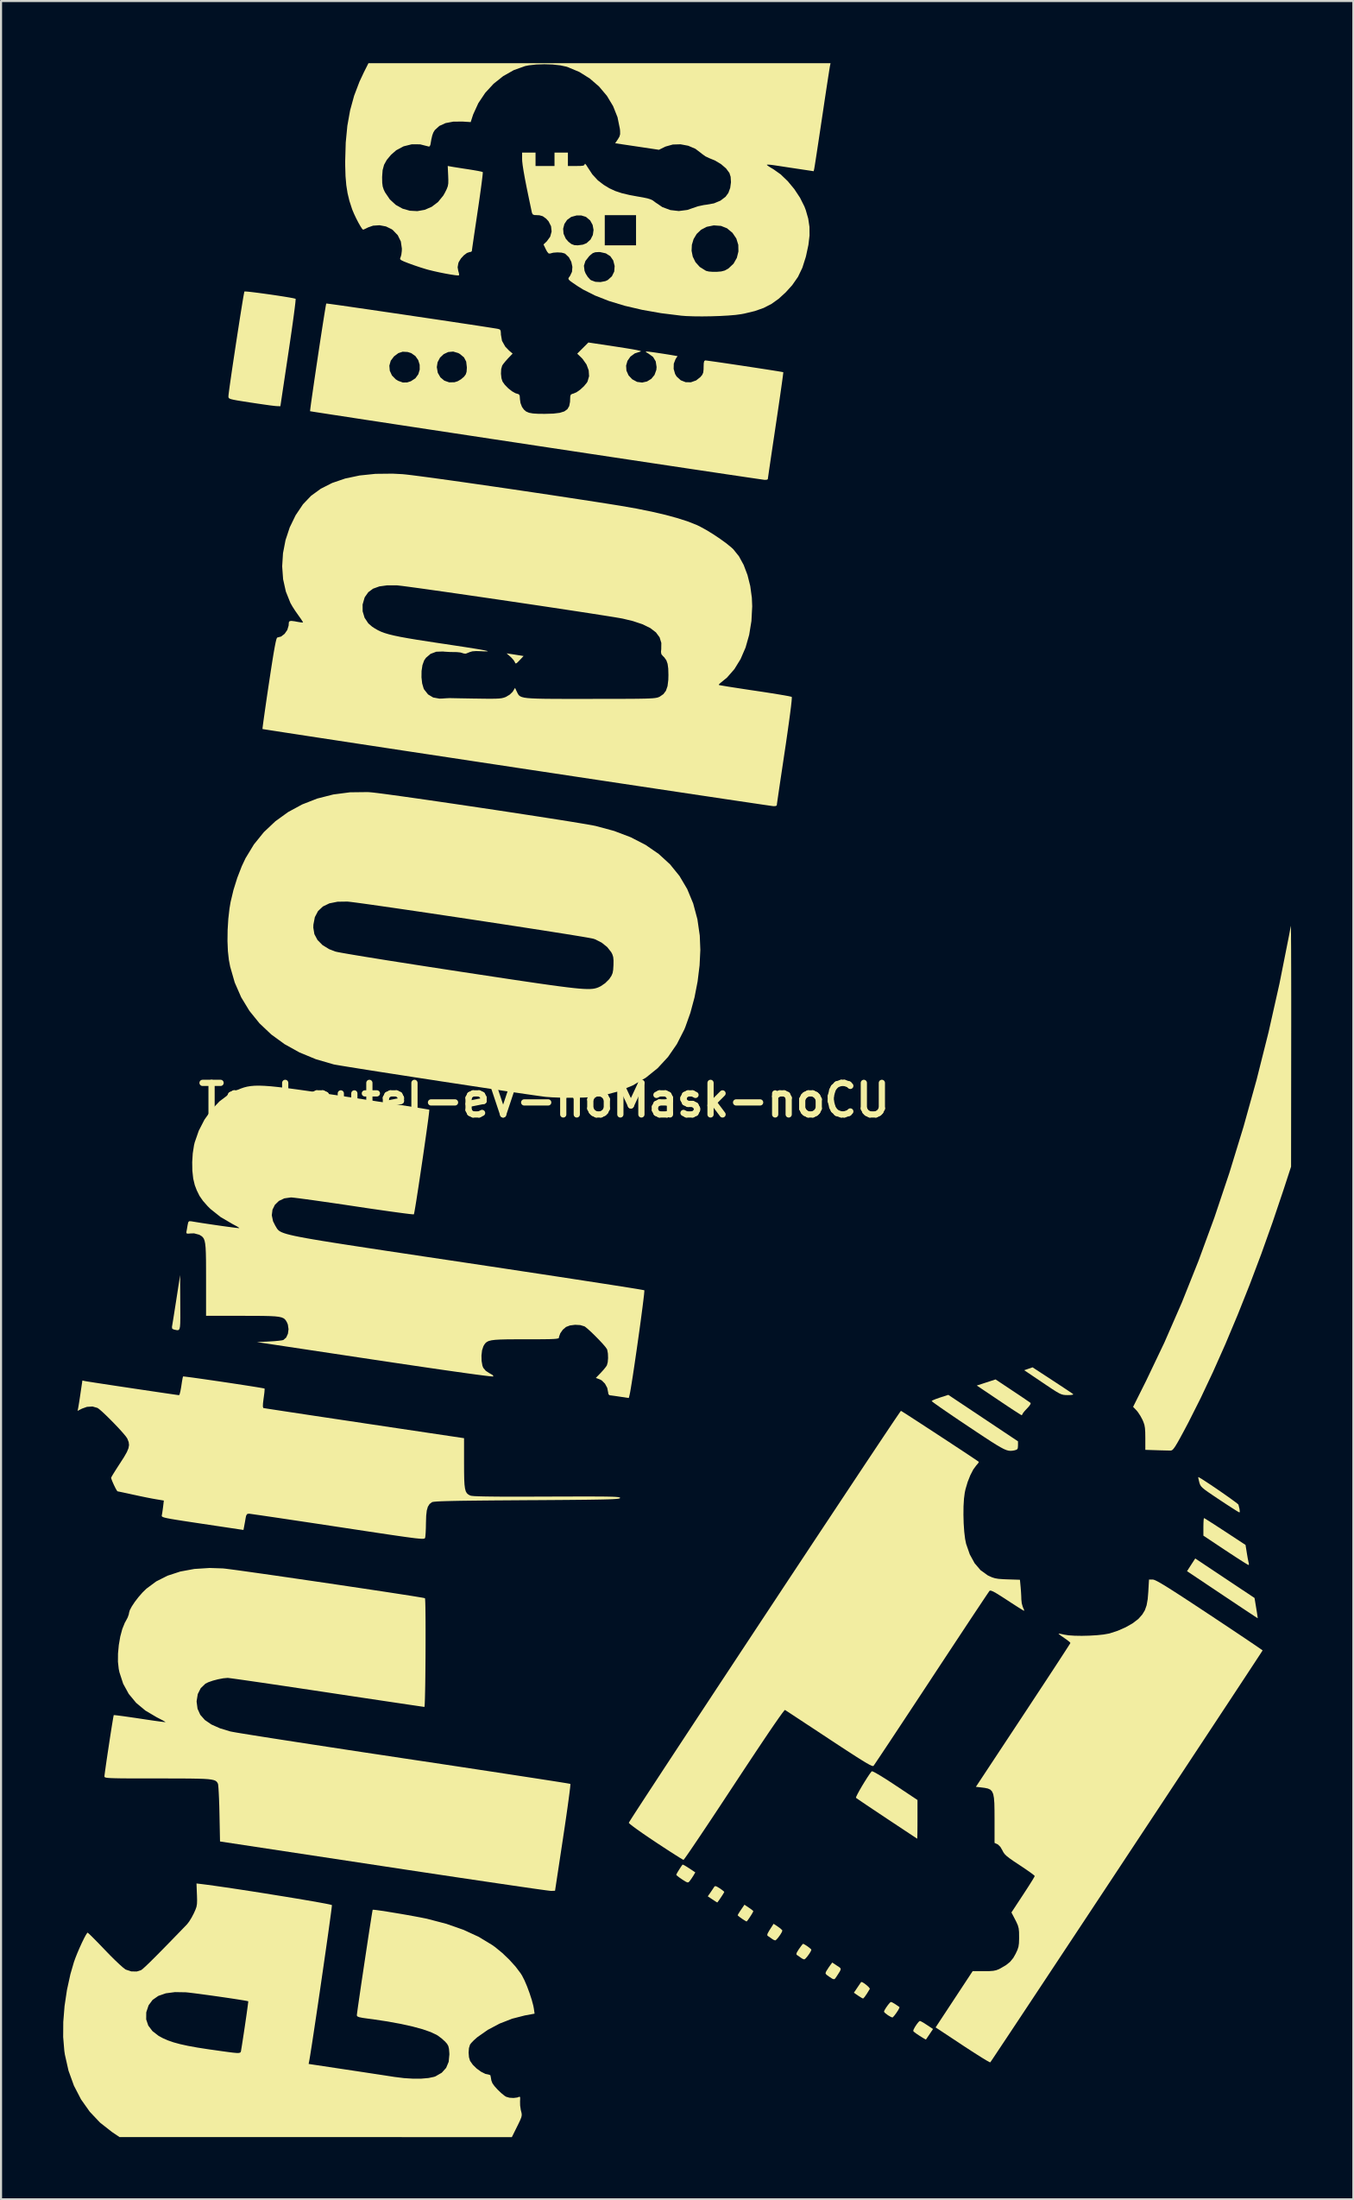
<source format=kicad_pcb>
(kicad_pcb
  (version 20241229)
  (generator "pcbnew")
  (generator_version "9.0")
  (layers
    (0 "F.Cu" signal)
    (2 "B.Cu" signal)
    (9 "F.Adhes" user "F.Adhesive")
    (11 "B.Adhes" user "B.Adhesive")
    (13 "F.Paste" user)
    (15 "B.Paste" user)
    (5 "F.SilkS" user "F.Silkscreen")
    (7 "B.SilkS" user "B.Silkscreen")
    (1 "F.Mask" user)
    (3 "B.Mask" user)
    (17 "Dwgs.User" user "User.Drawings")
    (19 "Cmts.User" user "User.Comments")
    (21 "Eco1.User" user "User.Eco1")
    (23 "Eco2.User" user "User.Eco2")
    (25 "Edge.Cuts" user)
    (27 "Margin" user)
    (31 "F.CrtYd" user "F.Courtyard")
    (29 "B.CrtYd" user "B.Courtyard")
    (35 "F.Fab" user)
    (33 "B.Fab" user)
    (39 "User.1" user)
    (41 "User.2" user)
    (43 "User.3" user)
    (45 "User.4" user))
  (footprint "Teebeutel-eV-noMask-noCU"
    (layer "F.Cu")
    (at 23.24 50.045)
    (property "Reference" "Teebeutel-eV-noMask-noCU" (at 0 0 0) (layer "F.SilkS") (effects (font (size 1.524 1.524) (thickness 0.3))))
    (attr board_only exclude_from_pos_files exclude_from_bom)
    (fp_poly (pts (xy 20.315 -29.523) (xy 20.525 -29.501) (xy 20.654 -29.484) (xy 21.167 -29.416) (xy 21.153 -29.066) (xy 21.139 -28.86) (xy 21.118 -28.68) (xy 21.099 -28.582) (xy 21.059 -28.447) (xy 20.478 -28.524) (xy 20.219 -28.561) (xy 20.05 -28.592) (xy 19.956 -28.623) (xy 19.921 -28.658) (xy 19.922 -28.685) (xy 19.94 -28.78) (xy 19.962 -28.946) (xy 19.984 -29.139) (xy 20.01 -29.326) (xy 20.045 -29.467) (xy 20.081 -29.53) (xy 20.081 -29.53) (xy 20.158 -29.533)) (stroke (width 0) (type solid)) (fill yes) (layer "F.Mask"))
    (fp_poly (pts (xy 15.646 -30.181) (xy 15.834 -30.16) (xy 16.044 -30.132) (xy 16.248 -30.102) (xy 16.418 -30.074) (xy 16.526 -30.05) (xy 16.547 -30.042) (xy 16.559 -29.981) (xy 16.556 -29.845) (xy 16.541 -29.664) (xy 16.52 -29.468) (xy 16.493 -29.289) (xy 16.466 -29.157) (xy 16.444 -29.105) (xy 16.384 -29.105) (xy 16.241 -29.119) (xy 16.039 -29.143) (xy 15.868 -29.166) (xy 15.619 -29.203) (xy 15.458 -29.234) (xy 15.367 -29.265) (xy 15.326 -29.304) (xy 15.316 -29.356) (xy 15.316 -29.358) (xy 15.324 -29.467) (xy 15.345 -29.631) (xy 15.373 -29.818) (xy 15.403 -29.995) (xy 15.43 -30.13) (xy 15.449 -30.189) (xy 15.508 -30.192)) (stroke (width 0) (type solid)) (fill yes) (layer "F.Mask"))
    (fp_poly (pts (xy 17.639 -34.439) (xy 17.824 -34.415) (xy 18.03 -34.386) (xy 18.229 -34.354) (xy 18.392 -34.323) (xy 18.492 -34.299) (xy 18.505 -34.293) (xy 18.524 -34.257) (xy 18.536 -34.169) (xy 18.542 -34.019) (xy 18.541 -33.798) (xy 18.534 -33.497) (xy 18.52 -33.104) (xy 18.505 -32.752) (xy 18.487 -32.342) (xy 18.469 -31.95) (xy 18.451 -31.594) (xy 18.434 -31.293) (xy 18.42 -31.065) (xy 18.41 -30.928) (xy 18.397 -30.754) (xy 18.4 -30.665) (xy 18.42 -30.663) (xy 18.458 -30.751) (xy 18.515 -30.931) (xy 18.591 -31.207) (xy 18.688 -31.581) (xy 18.806 -32.056) (xy 18.899 -32.438) (xy 19 -32.852) (xy 19.093 -33.232) (xy 19.176 -33.565) (xy 19.244 -33.838) (xy 19.296 -34.04) (xy 19.328 -34.157) (xy 19.336 -34.183) (xy 19.394 -34.185) (xy 19.53 -34.173) (xy 19.716 -34.15) (xy 19.922 -34.121) (xy 20.121 -34.09) (xy 20.284 -34.061) (xy 20.383 -34.037) (xy 20.388 -34.035) (xy 20.404 -34.015) (xy 20.409 -33.966) (xy 20.399 -33.88) (xy 20.375 -33.749) (xy 20.332 -33.566) (xy 20.27 -33.321) (xy 20.187 -33.007) (xy 20.081 -32.616) (xy 19.948 -32.14) (xy 19.789 -31.571) (xy 19.737 -31.386) (xy 19.001 -28.77) (xy 18.844 -28.762) (xy 18.719 -28.766) (xy 18.524 -28.785) (xy 18.292 -28.815) (xy 18.201 -28.828) (xy 17.961 -28.865) (xy 17.743 -28.9) (xy 17.583 -28.926) (xy 17.545 -28.932) (xy 17.375 -28.962) (xy 17.404 -31.698) (xy 17.41 -32.23) (xy 17.416 -32.729) (xy 17.422 -33.184) (xy 17.427 -33.584) (xy 17.433 -33.921) (xy 17.438 -34.183) (xy 17.442 -34.361) (xy 17.445 -34.444) (xy 17.446 -34.448) (xy 17.503 -34.451)) (stroke (width 0) (type solid)) (fill yes) (layer "F.Mask"))
    (fp_poly (pts (xy 13.828 -34.668) (xy 13.905 -34.665) (xy 14.361 -34.608) (xy 14.732 -34.485) (xy 15.017 -34.298) (xy 15.217 -34.044) (xy 15.334 -33.723) (xy 15.368 -33.381) (xy 15.361 -33.181) (xy 15.339 -32.913) (xy 15.307 -32.616) (xy 15.278 -32.397) (xy 15.246 -32.163) (xy 15.22 -31.991) (xy 15.183 -31.875) (xy 15.12 -31.805) (xy 15.017 -31.776) (xy 14.856 -31.779) (xy 14.624 -31.808) (xy 14.304 -31.854) (xy 14.184 -31.871) (xy 13.909 -31.908) (xy 13.675 -31.938) (xy 13.501 -31.958) (xy 13.407 -31.966) (xy 13.396 -31.965) (xy 13.383 -31.909) (xy 13.36 -31.768) (xy 13.328 -31.561) (xy 13.291 -31.311) (xy 13.289 -31.294) (xy 13.251 -31.016) (xy 13.229 -30.824) (xy 13.223 -30.695) (xy 13.234 -30.607) (xy 13.261 -30.541) (xy 13.286 -30.499) (xy 13.411 -30.388) (xy 13.558 -30.368) (xy 13.697 -30.441) (xy 13.711 -30.456) (xy 13.788 -30.588) (xy 13.857 -30.781) (xy 13.903 -30.989) (xy 13.914 -31.116) (xy 13.921 -31.237) (xy 13.954 -31.315) (xy 14.028 -31.355) (xy 14.162 -31.364) (xy 14.374 -31.346) (xy 14.557 -31.325) (xy 15.109 -31.256) (xy 15.073 -30.965) (xy 14.982 -30.489) (xy 14.836 -30.105) (xy 14.635 -29.811) (xy 14.375 -29.606) (xy 14.055 -29.485) (xy 13.674 -29.447) (xy 13.419 -29.465) (xy 13.156 -29.506) (xy 12.988 -29.548) (xy 12.642 -29.695) (xy 12.385 -29.892) (xy 12.21 -30.147) (xy 12.111 -30.472) (xy 12.08 -30.86) (xy 12.089 -31.042) (xy 12.112 -31.308) (xy 12.147 -31.636) (xy 12.191 -32.004) (xy 12.242 -32.389) (xy 12.284 -32.687) (xy 13.474 -32.687) (xy 13.68 -32.666) (xy 13.895 -32.643) (xy 14.026 -32.642) (xy 14.099 -32.68) (xy 14.136 -32.774) (xy 14.163 -32.942) (xy 14.174 -33.019) (xy 14.206 -33.349) (xy 14.188 -33.587) (xy 14.119 -33.738) (xy 13.998 -33.807) (xy 13.938 -33.813) (xy 13.799 -33.763) (xy 13.678 -33.629) (xy 13.592 -33.437) (xy 13.567 -33.326) (xy 13.537 -33.118) (xy 13.506 -32.909) (xy 13.505 -32.899) (xy 13.474 -32.687) (xy 12.284 -32.687) (xy 12.295 -32.769) (xy 12.349 -33.122) (xy 12.399 -33.426) (xy 12.444 -33.659) (xy 12.465 -33.748) (xy 12.607 -34.082) (xy 12.833 -34.353) (xy 13.135 -34.549) (xy 13.14 -34.552) (xy 13.303 -34.62) (xy 13.446 -34.658) (xy 13.608 -34.672)) (stroke (width 0) (type solid)) (fill yes) (layer "F.Mask"))
    (fp_poly (pts (xy -1.629 -21.533) (xy -1.432 -21.503) (xy -1.228 -21.47) (xy -1.218 -21.469) (xy -1.008 -21.435) (xy -1.2 -21.231) (xy -1.314 -21.116) (xy -1.377 -21.073) (xy -1.411 -21.093) (xy -1.427 -21.134) (xy -1.488 -21.235) (xy -1.599 -21.359) (xy -1.645 -21.402) (xy -1.829 -21.564)) (stroke (width 0) (type solid)) (fill yes) (layer "F.SilkS"))
    (fp_poly (pts (xy 15.345 42.566) (xy 15.444 42.626) (xy 15.558 42.713) (xy 15.656 42.804) (xy 15.709 42.875) (xy 15.709 42.893) (xy 15.568 43.124) (xy 15.46 43.28) (xy 15.393 43.351) (xy 15.382 43.355) (xy 15.317 43.325) (xy 15.2 43.252) (xy 15.142 43.214) (xy 14.941 43.076) (xy 15.11 42.826) (xy 15.205 42.686) (xy 15.272 42.588) (xy 15.292 42.558)) (stroke (width 0) (type solid)) (fill yes) (layer "F.SilkS"))
    (fp_poly (pts (xy 32.855 23.072) (xy 34.287 24.025) (xy 34.367 24.51) (xy 34.402 24.724) (xy 34.427 24.891) (xy 34.44 24.987) (xy 34.44 25.002) (xy 34.395 24.975) (xy 34.271 24.894) (xy 34.076 24.765) (xy 33.821 24.597) (xy 33.516 24.394) (xy 33.17 24.163) (xy 32.793 23.912) (xy 32.73 23.87) (xy 31.027 22.731) (xy 31.225 22.424) (xy 31.424 22.118)) (stroke (width 0) (type solid)) (fill yes) (layer "F.SilkS"))
    (fp_poly (pts (xy 11.275 39.889) (xy 11.4 39.981) (xy 11.476 40.055) (xy 11.487 40.077) (xy 11.457 40.16) (xy 11.383 40.282) (xy 11.29 40.41) (xy 11.202 40.511) (xy 11.143 40.552) (xy 11.142 40.552) (xy 11.056 40.52) (xy 10.974 40.467) (xy 10.859 40.384) (xy 10.79 40.34) (xy 10.756 40.299) (xy 10.773 40.223) (xy 10.845 40.091) (xy 10.888 40.023) (xy 11.064 39.749)) (stroke (width 0) (type solid)) (fill yes) (layer "F.SilkS"))
    (fp_poly (pts (xy 14.122 41.769) (xy 14.232 41.84) (xy 14.293 41.893) (xy 14.305 41.952) (xy 14.265 42.042) (xy 14.174 42.186) (xy 14.096 42.306) (xy 14.033 42.396) (xy 13.976 42.427) (xy 13.896 42.399) (xy 13.761 42.311) (xy 13.739 42.296) (xy 13.618 42.208) (xy 13.572 42.146) (xy 13.588 42.076) (xy 13.623 42.013) (xy 13.72 41.861) (xy 13.803 41.744) (xy 13.896 41.62)) (stroke (width 0) (type solid)) (fill yes) (layer "F.SilkS"))
    (fp_poly (pts (xy 6.718 36.908) (xy 6.832 36.972) (xy 6.985 37.069) (xy 7.284 37.268) (xy 7.196 37.418) (xy 7.101 37.565) (xy 7.018 37.679) (xy 6.967 37.738) (xy 6.916 37.755) (xy 6.838 37.726) (xy 6.707 37.646) (xy 6.647 37.607) (xy 6.499 37.505) (xy 6.397 37.423) (xy 6.363 37.383) (xy 6.39 37.324) (xy 6.456 37.21) (xy 6.541 37.075) (xy 6.622 36.953) (xy 6.668 36.892)) (stroke (width 0) (type solid)) (fill yes) (layer "F.SilkS"))
    (fp_poly (pts (xy 9.871 38.971) (xy 9.996 39.059) (xy 10.073 39.123) (xy 10.085 39.14) (xy 10.058 39.201) (xy 9.992 39.314) (xy 9.907 39.445) (xy 9.827 39.561) (xy 9.771 39.63) (xy 9.76 39.637) (xy 9.702 39.609) (xy 9.59 39.539) (xy 9.531 39.5) (xy 9.41 39.412) (xy 9.338 39.349) (xy 9.33 39.335) (xy 9.358 39.278) (xy 9.43 39.162) (xy 9.493 39.068) (xy 9.657 38.829)) (stroke (width 0) (type solid)) (fill yes) (layer "F.SilkS"))
    (fp_poly (pts (xy 18.194 44.464) (xy 18.321 44.537) (xy 18.469 44.632) (xy 18.763 44.827) (xy 18.595 45.077) (xy 18.502 45.215) (xy 18.438 45.309) (xy 18.42 45.336) (xy 18.376 45.315) (xy 18.265 45.25) (xy 18.119 45.159) (xy 17.964 45.056) (xy 17.851 44.971) (xy 17.806 44.924) (xy 17.824 44.853) (xy 17.887 44.733) (xy 17.973 44.602) (xy 18.059 44.492) (xy 18.122 44.438) (xy 18.128 44.437)) (stroke (width 0) (type solid)) (fill yes) (layer "F.SilkS"))
    (fp_poly (pts (xy -17.586 9.774) (xy -17.584 10.193) (xy -17.583 10.515) (xy -17.587 10.754) (xy -17.598 10.92) (xy -17.619 11.025) (xy -17.652 11.082) (xy -17.7 11.102) (xy -17.767 11.097) (xy -17.854 11.078) (xy -17.889 11.071) (xy -17.973 11.034) (xy -17.987 10.945) (xy -17.98 10.903) (xy -17.964 10.808) (xy -17.934 10.625) (xy -17.893 10.37) (xy -17.845 10.063) (xy -17.791 9.721) (xy -17.772 9.599) (xy -17.592 8.44)) (stroke (width 0) (type solid)) (fill yes) (layer "F.SilkS"))
    (fp_poly (pts (xy 8.31 37.946) (xy 8.438 38.021) (xy 8.461 38.036) (xy 8.589 38.126) (xy 8.669 38.193) (xy 8.682 38.212) (xy 8.655 38.266) (xy 8.588 38.374) (xy 8.502 38.504) (xy 8.419 38.625) (xy 8.359 38.705) (xy 8.343 38.72) (xy 8.296 38.693) (xy 8.188 38.624) (xy 8.109 38.572) (xy 7.886 38.424) (xy 8.018 38.235) (xy 8.111 38.097) (xy 8.183 37.988) (xy 8.195 37.968) (xy 8.237 37.93)) (stroke (width 0) (type solid)) (fill yes) (layer "F.SilkS"))
    (fp_poly (pts (xy 24.524 13.518) (xy 24.811 13.706) (xy 25.069 13.876) (xy 25.283 14.018) (xy 25.439 14.123) (xy 25.523 14.182) (xy 25.532 14.189) (xy 25.513 14.215) (xy 25.405 14.23) (xy 25.262 14.234) (xy 25.151 14.231) (xy 25.054 14.22) (xy 24.958 14.193) (xy 24.845 14.142) (xy 24.701 14.059) (xy 24.508 13.936) (xy 24.252 13.765) (xy 24.054 13.632) (xy 23.165 13.033) (xy 23.367 12.964) (xy 23.568 12.894)) (stroke (width 0) (type solid)) (fill yes) (layer "F.SilkS"))
    (fp_poly (pts (xy 12.555 40.744) (xy 12.665 40.813) (xy 12.78 40.896) (xy 12.866 40.969) (xy 12.888 41) (xy 12.859 41.079) (xy 12.785 41.2) (xy 12.692 41.327) (xy 12.604 41.428) (xy 12.545 41.469) (xy 12.545 41.469) (xy 12.458 41.437) (xy 12.376 41.384) (xy 12.262 41.302) (xy 12.194 41.258) (xy 12.162 41.215) (xy 12.185 41.135) (xy 12.268 40.998) (xy 12.291 40.965) (xy 12.388 40.829) (xy 12.461 40.738) (xy 12.488 40.715)) (stroke (width 0) (type solid)) (fill yes) (layer "F.SilkS"))
    (fp_poly (pts (xy 16.805 43.549) (xy 16.935 43.626) (xy 17.091 43.732) (xy 17.142 43.769) (xy 17.131 43.821) (xy 17.074 43.926) (xy 16.99 44.053) (xy 16.901 44.173) (xy 16.828 44.254) (xy 16.799 44.271) (xy 16.722 44.241) (xy 16.601 44.171) (xy 16.57 44.15) (xy 16.458 44.065) (xy 16.398 44.001) (xy 16.395 43.99) (xy 16.423 43.914) (xy 16.495 43.796) (xy 16.586 43.668) (xy 16.671 43.565) (xy 16.728 43.52) (xy 16.73 43.52)) (stroke (width 0) (type solid)) (fill yes) (layer "F.SilkS"))
    (fp_poly (pts (xy 22.607 14.026) (xy 22.872 14.202) (xy 23.107 14.36) (xy 23.296 14.489) (xy 23.425 14.578) (xy 23.477 14.616) (xy 23.467 14.673) (xy 23.395 14.777) (xy 23.302 14.879) (xy 23.182 15.007) (xy 23.102 15.11) (xy 23.081 15.154) (xy 23.05 15.203) (xy 23.041 15.204) (xy 22.986 15.174) (xy 22.856 15.092) (xy 22.661 14.967) (xy 22.416 14.806) (xy 22.134 14.618) (xy 21.937 14.486) (xy 20.875 13.772) (xy 21.328 13.625) (xy 21.782 13.477)) (stroke (width 0) (type solid)) (fill yes) (layer "F.SilkS"))
    (fp_poly (pts (xy 31.898 20.197) (xy 32.026 20.276) (xy 32.218 20.398) (xy 32.459 20.553) (xy 32.737 20.734) (xy 32.864 20.817) (xy 33.852 21.465) (xy 33.919 21.879) (xy 33.954 22.086) (xy 33.987 22.255) (xy 34.01 22.355) (xy 34.013 22.363) (xy 34.012 22.426) (xy 33.994 22.433) (xy 33.938 22.404) (xy 33.805 22.323) (xy 33.609 22.199) (xy 33.362 22.04) (xy 33.077 21.853) (xy 32.882 21.725) (xy 31.817 21.017) (xy 31.817 20.593) (xy 31.821 20.395) (xy 31.83 20.246) (xy 31.843 20.173) (xy 31.846 20.169)) (stroke (width 0) (type solid)) (fill yes) (layer "F.SilkS"))
    (fp_poly (pts (xy 21.183 15.344) (xy 22.865 16.465) (xy 22.865 16.666) (xy 22.855 16.801) (xy 22.807 16.866) (xy 22.697 16.9) (xy 22.599 16.917) (xy 22.508 16.924) (xy 22.414 16.916) (xy 22.308 16.888) (xy 22.179 16.834) (xy 22.018 16.749) (xy 21.814 16.629) (xy 21.559 16.469) (xy 21.242 16.262) (xy 20.853 16.005) (xy 20.466 15.747) (xy 20.076 15.486) (xy 19.716 15.243) (xy 19.396 15.024) (xy 19.125 14.837) (xy 18.912 14.687) (xy 18.767 14.581) (xy 18.7 14.526) (xy 18.696 14.52) (xy 18.749 14.485) (xy 18.879 14.43) (xy 19.06 14.365) (xy 19.103 14.351) (xy 19.5 14.222)) (stroke (width 0) (type solid)) (fill yes) (layer "F.SilkS"))
    (fp_poly (pts (xy 31.618 18.21) (xy 31.74 18.283) (xy 31.918 18.398) (xy 32.138 18.542) (xy 32.383 18.707) (xy 32.637 18.881) (xy 32.885 19.054) (xy 33.112 19.214) (xy 33.301 19.352) (xy 33.438 19.455) (xy 33.506 19.515) (xy 33.51 19.522) (xy 33.561 19.728) (xy 33.576 19.858) (xy 33.558 19.898) (xy 33.502 19.869) (xy 33.371 19.789) (xy 33.179 19.667) (xy 32.939 19.512) (xy 32.666 19.332) (xy 32.599 19.288) (xy 32.29 19.081) (xy 32.058 18.923) (xy 31.891 18.803) (xy 31.778 18.71) (xy 31.705 18.634) (xy 31.661 18.563) (xy 31.632 18.487) (xy 31.619 18.44) (xy 31.584 18.296) (xy 31.567 18.205) (xy 31.568 18.19)) (stroke (width 0) (type solid)) (fill yes) (layer "F.SilkS"))
    (fp_poly (pts (xy 15.863 32.402) (xy 16 32.472) (xy 16.207 32.593) (xy 16.475 32.759) (xy 16.795 32.966) (xy 16.932 33.057) (xy 18.012 33.775) (xy 18.012 34.711) (xy 18.011 35.014) (xy 18.009 35.276) (xy 18.006 35.479) (xy 18.002 35.606) (xy 17.998 35.642) (xy 17.952 35.612) (xy 17.826 35.529) (xy 17.632 35.401) (xy 17.381 35.235) (xy 17.082 35.037) (xy 16.747 34.815) (xy 16.536 34.675) (xy 16.183 34.44) (xy 15.857 34.223) (xy 15.572 34.032) (xy 15.337 33.873) (xy 15.163 33.754) (xy 15.062 33.684) (xy 15.041 33.668) (xy 15.055 33.612) (xy 15.116 33.487) (xy 15.211 33.312) (xy 15.329 33.108) (xy 15.458 32.896) (xy 15.585 32.695) (xy 15.698 32.526) (xy 15.785 32.409) (xy 15.804 32.388)) (stroke (width 0) (type solid)) (fill yes) (layer "F.SilkS"))
    (fp_poly (pts (xy -14.279 -39.016) (xy -14.062 -38.991) (xy -13.793 -38.957) (xy -13.491 -38.916) (xy -13.176 -38.872) (xy -12.865 -38.826) (xy -12.577 -38.781) (xy -12.33 -38.74) (xy -12.143 -38.706) (xy -12.034 -38.68) (xy -12.015 -38.673) (xy -12.016 -38.614) (xy -12.031 -38.46) (xy -12.06 -38.219) (xy -12.101 -37.904) (xy -12.153 -37.524) (xy -12.214 -37.089) (xy -12.284 -36.61) (xy -12.36 -36.098) (xy -12.365 -36.064) (xy -12.752 -33.489) (xy -12.942 -33.496) (xy -13.053 -33.507) (xy -13.251 -33.531) (xy -13.516 -33.568) (xy -13.827 -33.613) (xy -14.165 -33.664) (xy -14.196 -33.668) (xy -14.558 -33.725) (xy -14.827 -33.768) (xy -15.017 -33.804) (xy -15.141 -33.834) (xy -15.214 -33.863) (xy -15.249 -33.896) (xy -15.26 -33.935) (xy -15.26 -33.971) (xy -15.252 -34.062) (xy -15.229 -34.242) (xy -15.194 -34.499) (xy -15.148 -34.82) (xy -15.094 -35.193) (xy -15.033 -35.604) (xy -14.967 -36.041) (xy -14.899 -36.49) (xy -14.83 -36.94) (xy -14.762 -37.377) (xy -14.698 -37.789) (xy -14.638 -38.163) (xy -14.586 -38.485) (xy -14.543 -38.743) (xy -14.51 -38.925) (xy -14.491 -39.018) (xy -14.488 -39.027) (xy -14.428 -39.028)) (stroke (width 0) (type solid)) (fill yes) (layer "F.SilkS"))
    (fp_poly (pts (xy 36.042 -8.378) (xy 36.045 -8.243) (xy 36.048 -8.012) (xy 36.05 -7.695) (xy 36.053 -7.296) (xy 36.054 -6.822) (xy 36.056 -6.282) (xy 36.057 -5.68) (xy 36.058 -5.024) (xy 36.058 -4.32) (xy 36.058 -3.576) (xy 36.057 -2.798) (xy 36.057 -2.669) (xy 36.051 3.209) (xy 35.683 4.336) (xy 35.162 5.88) (xy 34.617 7.409) (xy 34.051 8.909) (xy 33.469 10.369) (xy 32.878 11.776) (xy 32.281 13.117) (xy 31.685 14.381) (xy 31.094 15.554) (xy 30.877 15.963) (xy 30.699 16.292) (xy 30.562 16.536) (xy 30.458 16.708) (xy 30.379 16.819) (xy 30.318 16.882) (xy 30.265 16.907) (xy 30.245 16.91) (xy 30.138 16.909) (xy 29.954 16.905) (xy 29.722 16.899) (xy 29.566 16.894) (xy 29.013 16.876) (xy 29.013 16.298) (xy 29.009 16.023) (xy 28.996 15.825) (xy 28.969 15.671) (xy 28.921 15.53) (xy 28.875 15.423) (xy 28.77 15.228) (xy 28.65 15.048) (xy 28.58 14.964) (xy 28.423 14.801) (xy 29.056 13.535) (xy 29.933 11.698) (xy 30.777 9.766) (xy 31.583 7.749) (xy 32.351 5.657) (xy 33.075 3.498) (xy 33.755 1.281) (xy 34.386 -0.985) (xy 34.966 -3.29) (xy 35.491 -5.625) (xy 35.96 -7.982) (xy 36.039 -8.413)) (stroke (width 0) (type solid)) (fill yes) (layer "F.SilkS"))
    (fp_poly (pts (xy 29.425 23.145) (xy 29.509 23.179) (xy 29.629 23.24) (xy 29.791 23.332) (xy 30.002 23.459) (xy 30.269 23.627) (xy 30.597 23.837) (xy 30.995 24.096) (xy 31.467 24.406) (xy 32.021 24.772) (xy 32.112 24.831) (xy 32.583 25.144) (xy 33.026 25.438) (xy 33.433 25.71) (xy 33.796 25.953) (xy 34.108 26.163) (xy 34.359 26.333) (xy 34.542 26.459) (xy 34.65 26.535) (xy 34.676 26.556) (xy 34.646 26.603) (xy 34.561 26.735) (xy 34.422 26.947) (xy 34.234 27.233) (xy 33.999 27.59) (xy 33.721 28.013) (xy 33.403 28.495) (xy 33.049 29.033) (xy 32.661 29.62) (xy 32.243 30.254) (xy 31.798 30.928) (xy 31.329 31.637) (xy 30.841 32.377) (xy 30.335 33.142) (xy 29.816 33.928) (xy 29.286 34.729) (xy 28.748 35.542) (xy 28.207 36.36) (xy 27.666 37.179) (xy 27.127 37.994) (xy 26.594 38.799) (xy 26.07 39.591) (xy 25.558 40.364) (xy 25.062 41.113) (xy 24.585 41.833) (xy 24.131 42.519) (xy 23.702 43.166) (xy 23.302 43.77) (xy 22.934 44.325) (xy 22.601 44.826) (xy 22.307 45.269) (xy 22.054 45.648) (xy 21.847 45.959) (xy 21.689 46.197) (xy 21.582 46.356) (xy 21.53 46.431) (xy 21.526 46.437) (xy 21.474 46.417) (xy 21.343 46.344) (xy 21.146 46.225) (xy 20.895 46.067) (xy 20.599 45.878) (xy 20.272 45.665) (xy 20.189 45.61) (xy 18.887 44.75) (xy 20.676 42.034) (xy 21.218 42.035) (xy 21.483 42.033) (xy 21.671 42.019) (xy 21.813 41.99) (xy 21.94 41.941) (xy 22.003 41.909) (xy 22.281 41.747) (xy 22.483 41.585) (xy 22.638 41.396) (xy 22.753 41.193) (xy 22.837 41.013) (xy 22.887 40.86) (xy 22.911 40.692) (xy 22.919 40.469) (xy 22.919 40.387) (xy 22.916 40.146) (xy 22.898 39.971) (xy 22.858 39.823) (xy 22.786 39.661) (xy 22.734 39.558) (xy 22.548 39.202) (xy 23.111 38.346) (xy 23.287 38.076) (xy 23.441 37.836) (xy 23.563 37.641) (xy 23.643 37.505) (xy 23.674 37.444) (xy 23.674 37.444) (xy 23.631 37.4) (xy 23.513 37.309) (xy 23.334 37.182) (xy 23.11 37.029) (xy 22.946 36.92) (xy 22.666 36.735) (xy 22.463 36.592) (xy 22.32 36.481) (xy 22.224 36.387) (xy 22.159 36.297) (xy 22.113 36.207) (xy 22.013 36.036) (xy 21.897 35.922) (xy 21.871 35.908) (xy 21.733 35.845) (xy 21.733 34.718) (xy 21.731 34.281) (xy 21.724 33.939) (xy 21.704 33.679) (xy 21.669 33.491) (xy 21.611 33.36) (xy 21.528 33.274) (xy 21.412 33.222) (xy 21.26 33.19) (xy 21.107 33.17) (xy 20.832 33.139) (xy 23.113 29.687) (xy 23.475 29.138) (xy 23.82 28.614) (xy 24.143 28.124) (xy 24.439 27.673) (xy 24.704 27.269) (xy 24.932 26.919) (xy 25.12 26.63) (xy 25.263 26.409) (xy 25.356 26.263) (xy 25.395 26.198) (xy 25.396 26.196) (xy 25.357 26.148) (xy 25.249 26.062) (xy 25.103 25.959) (xy 24.955 25.857) (xy 24.853 25.78) (xy 24.821 25.745) (xy 24.878 25.748) (xy 25.003 25.773) (xy 25.078 25.791) (xy 25.299 25.826) (xy 25.597 25.846) (xy 25.945 25.852) (xy 26.314 25.843) (xy 26.675 25.822) (xy 26.999 25.788) (xy 27.258 25.742) (xy 27.295 25.733) (xy 27.686 25.605) (xy 28.063 25.439) (xy 28.397 25.25) (xy 28.658 25.052) (xy 28.696 25.016) (xy 28.868 24.821) (xy 28.991 24.617) (xy 29.075 24.379) (xy 29.128 24.083) (xy 29.157 23.732) (xy 29.191 23.135) (xy 29.37 23.135)) (stroke (width 0) (type solid)) (fill yes) (layer "F.SilkS"))
    (fp_poly (pts (xy 17.262 15.022) (xy 17.389 15.102) (xy 17.583 15.226) (xy 17.832 15.388) (xy 18.126 15.578) (xy 18.452 15.791) (xy 18.799 16.017) (xy 19.156 16.251) (xy 19.511 16.483) (xy 19.852 16.708) (xy 20.169 16.916) (xy 20.449 17.101) (xy 20.681 17.256) (xy 20.853 17.371) (xy 20.955 17.441) (xy 20.974 17.455) (xy 20.956 17.502) (xy 20.882 17.593) (xy 20.856 17.621) (xy 20.708 17.821) (xy 20.564 18.099) (xy 20.434 18.426) (xy 20.332 18.771) (xy 20.296 18.935) (xy 20.257 19.234) (xy 20.235 19.602) (xy 20.231 20.009) (xy 20.242 20.425) (xy 20.269 20.821) (xy 20.31 21.165) (xy 20.359 21.409) (xy 20.537 21.921) (xy 20.771 22.348) (xy 21.058 22.684) (xy 21.398 22.929) (xy 21.455 22.958) (xy 21.608 23.027) (xy 21.751 23.072) (xy 21.917 23.101) (xy 22.136 23.118) (xy 22.359 23.127) (xy 22.959 23.146) (xy 22.993 23.505) (xy 23.011 23.734) (xy 23.023 23.96) (xy 23.027 24.095) (xy 23.047 24.284) (xy 23.096 24.457) (xy 23.109 24.486) (xy 23.156 24.593) (xy 23.162 24.644) (xy 23.159 24.645) (xy 23.106 24.617) (xy 22.977 24.539) (xy 22.79 24.42) (xy 22.558 24.271) (xy 22.341 24.129) (xy 22.047 23.939) (xy 21.83 23.804) (xy 21.677 23.718) (xy 21.576 23.676) (xy 21.515 23.669) (xy 21.488 23.684) (xy 21.45 23.739) (xy 21.356 23.877) (xy 21.212 24.092) (xy 21.021 24.379) (xy 20.787 24.729) (xy 20.516 25.138) (xy 20.212 25.598) (xy 19.877 26.104) (xy 19.518 26.648) (xy 19.138 27.224) (xy 18.741 27.826) (xy 18.688 27.908) (xy 18.289 28.513) (xy 17.906 29.093) (xy 17.544 29.641) (xy 17.206 30.152) (xy 16.897 30.619) (xy 16.622 31.034) (xy 16.383 31.393) (xy 16.186 31.688) (xy 16.035 31.913) (xy 15.935 32.062) (xy 15.888 32.128) (xy 15.886 32.13) (xy 15.855 32.137) (xy 15.792 32.118) (xy 15.691 32.07) (xy 15.543 31.987) (xy 15.343 31.866) (xy 15.083 31.703) (xy 14.756 31.493) (xy 14.356 31.232) (xy 13.875 30.916) (xy 13.747 30.832) (xy 13.323 30.552) (xy 12.924 30.289) (xy 12.562 30.051) (xy 12.245 29.842) (xy 11.982 29.669) (xy 11.783 29.538) (xy 11.657 29.456) (xy 11.614 29.428) (xy 11.573 29.466) (xy 11.475 29.592) (xy 11.323 29.803) (xy 11.118 30.097) (xy 10.861 30.472) (xy 10.556 30.925) (xy 10.203 31.453) (xy 9.804 32.054) (xy 9.361 32.724) (xy 9.16 33.029) (xy 8.788 33.593) (xy 8.433 34.131) (xy 8.099 34.635) (xy 7.79 35.098) (xy 7.511 35.515) (xy 7.266 35.877) (xy 7.061 36.18) (xy 6.899 36.415) (xy 6.785 36.576) (xy 6.723 36.657) (xy 6.714 36.665) (xy 6.657 36.635) (xy 6.522 36.554) (xy 6.32 36.427) (xy 6.065 36.264) (xy 5.767 36.07) (xy 5.438 35.854) (xy 5.366 35.806) (xy 5.034 35.584) (xy 4.734 35.379) (xy 4.476 35.197) (xy 4.273 35.048) (xy 4.135 34.94) (xy 4.074 34.88) (xy 4.072 34.875) (xy 4.101 34.824) (xy 4.186 34.688) (xy 4.325 34.472) (xy 4.513 34.182) (xy 4.748 33.821) (xy 5.026 33.396) (xy 5.344 32.911) (xy 5.698 32.37) (xy 6.086 31.78) (xy 6.504 31.144) (xy 6.949 30.468) (xy 7.417 29.757) (xy 7.906 29.016) (xy 8.411 28.249) (xy 8.931 27.462) (xy 9.46 26.66) (xy 9.997 25.847) (xy 10.538 25.028) (xy 11.08 24.209) (xy 11.618 23.394) (xy 12.151 22.589) (xy 12.675 21.798) (xy 13.186 21.026) (xy 13.682 20.279) (xy 14.159 19.56) (xy 14.613 18.876) (xy 15.041 18.231) (xy 15.441 17.629) (xy 15.809 17.077) (xy 16.141 16.579) (xy 16.435 16.139) (xy 16.687 15.763) (xy 16.893 15.456) (xy 17.052 15.223) (xy 17.158 15.069) (xy 17.209 14.998) (xy 17.213 14.994)) (stroke (width 0) (type solid)) (fill yes) (layer "F.SilkS"))
    (fp_poly (pts (xy -8.44 -14.862) (xy -8.29 -14.848) (xy -8.044 -14.819) (xy -7.71 -14.776) (xy -7.298 -14.72) (xy -6.818 -14.654) (xy -6.28 -14.578) (xy -5.693 -14.494) (xy -5.066 -14.403) (xy -4.409 -14.307) (xy -3.732 -14.207) (xy -3.045 -14.105) (xy -2.357 -14.002) (xy -1.677 -13.899) (xy -1.015 -13.798) (xy -0.381 -13.701) (xy 0.216 -13.608) (xy 0.765 -13.522) (xy 1.259 -13.443) (xy 1.686 -13.373) (xy 2.037 -13.314) (xy 2.303 -13.267) (xy 2.474 -13.233) (xy 2.476 -13.232) (xy 3.366 -12.992) (xy 4.169 -12.687) (xy 4.885 -12.318) (xy 5.516 -11.883) (xy 6.061 -11.384) (xy 6.52 -10.819) (xy 6.893 -10.189) (xy 7.181 -9.494) (xy 7.385 -8.732) (xy 7.499 -7.944) (xy 7.527 -7.252) (xy 7.49 -6.506) (xy 7.395 -5.731) (xy 7.245 -4.958) (xy 7.045 -4.213) (xy 6.8 -3.525) (xy 6.751 -3.407) (xy 6.394 -2.706) (xy 5.965 -2.084) (xy 5.465 -1.543) (xy 4.897 -1.085) (xy 4.263 -0.711) (xy 3.568 -0.423) (xy 2.813 -0.225) (xy 2.457 -0.166) (xy 2.213 -0.142) (xy 1.889 -0.126) (xy 1.514 -0.118) (xy 1.118 -0.117) (xy 0.728 -0.123) (xy 0.372 -0.137) (xy 0.079 -0.158) (xy -0.01 -0.168) (xy -0.229 -0.198) (xy -0.535 -0.241) (xy -0.916 -0.296) (xy -1.365 -0.362) (xy -1.872 -0.437) (xy -2.427 -0.52) (xy -3.02 -0.61) (xy -3.644 -0.704) (xy -4.287 -0.802) (xy -4.941 -0.901) (xy -5.596 -1.002) (xy -6.243 -1.101) (xy -6.873 -1.199) (xy -7.475 -1.292) (xy -8.041 -1.38) (xy -8.562 -1.462) (xy -9.027 -1.536) (xy -9.428 -1.6) (xy -9.754 -1.653) (xy -9.997 -1.694) (xy -10.148 -1.72) (xy -10.184 -1.728) (xy -11.04 -1.977) (xy -11.829 -2.303) (xy -12.548 -2.702) (xy -13.192 -3.171) (xy -13.759 -3.707) (xy -14.244 -4.306) (xy -14.644 -4.964) (xy -14.956 -5.678) (xy -15.176 -6.444) (xy -15.239 -6.773) (xy -15.286 -7.194) (xy -15.306 -7.685) (xy -15.299 -8.214) (xy -15.292 -8.326) (xy -11.162 -8.326) (xy -11.11 -8.013) (xy -10.959 -7.73) (xy -10.718 -7.485) (xy -10.395 -7.287) (xy -10.094 -7.172) (xy -9.992 -7.149) (xy -9.791 -7.111) (xy -9.498 -7.06) (xy -9.121 -6.996) (xy -8.668 -6.921) (xy -8.145 -6.837) (xy -7.561 -6.743) (xy -6.923 -6.643) (xy -6.239 -6.536) (xy -5.516 -6.424) (xy -4.761 -6.308) (xy -4.071 -6.202) (xy -3.12 -6.058) (xy -2.268 -5.929) (xy -1.511 -5.815) (xy -0.842 -5.716) (xy -0.256 -5.63) (xy 0.255 -5.558) (xy 0.696 -5.498) (xy 1.073 -5.45) (xy 1.392 -5.413) (xy 1.659 -5.386) (xy 1.882 -5.37) (xy 2.065 -5.363) (xy 2.215 -5.365) (xy 2.337 -5.374) (xy 2.439 -5.392) (xy 2.526 -5.416) (xy 2.605 -5.446) (xy 2.68 -5.482) (xy 2.724 -5.504) (xy 2.93 -5.645) (xy 3.115 -5.828) (xy 3.147 -5.87) (xy 3.237 -6.007) (xy 3.29 -6.134) (xy 3.318 -6.291) (xy 3.332 -6.517) (xy 3.335 -6.748) (xy 3.319 -6.909) (xy 3.278 -7.039) (xy 3.224 -7.143) (xy 3.029 -7.389) (xy 2.761 -7.603) (xy 2.454 -7.76) (xy 2.362 -7.791) (xy 2.263 -7.812) (xy 2.066 -7.848) (xy 1.78 -7.897) (xy 1.412 -7.957) (xy 0.973 -8.028) (xy 0.471 -8.107) (xy -0.086 -8.195) (xy -0.689 -8.288) (xy -1.329 -8.387) (xy -1.998 -8.489) (xy -2.687 -8.594) (xy -3.386 -8.7) (xy -4.089 -8.806) (xy -4.785 -8.91) (xy -5.466 -9.012) (xy -6.123 -9.109) (xy -6.749 -9.201) (xy -7.333 -9.286) (xy -7.868 -9.363) (xy -8.344 -9.431) (xy -8.754 -9.488) (xy -9.087 -9.533) (xy -9.337 -9.565) (xy -9.493 -9.582) (xy -9.521 -9.584) (xy -9.992 -9.577) (xy -10.385 -9.498) (xy -10.699 -9.347) (xy -10.934 -9.125) (xy -11.087 -8.834) (xy -11.157 -8.473) (xy -11.162 -8.326) (xy -15.292 -8.326) (xy -15.266 -8.748) (xy -15.208 -9.253) (xy -15.156 -9.56) (xy -15.017 -10.143) (xy -14.832 -10.734) (xy -14.615 -11.293) (xy -14.435 -11.675) (xy -14.031 -12.34) (xy -13.549 -12.936) (xy -12.994 -13.459) (xy -12.375 -13.906) (xy -11.697 -14.273) (xy -10.969 -14.557) (xy -10.196 -14.753) (xy -9.387 -14.858) (xy -8.548 -14.868)) (stroke (width 0) (type solid)) (fill yes) (layer "F.SilkS"))
    (fp_poly (pts (xy -15.524 22.598) (xy -15.403 22.611) (xy -15.189 22.638) (xy -14.893 22.677) (xy -14.524 22.728) (xy -14.09 22.789) (xy -13.602 22.858) (xy -13.067 22.934) (xy -12.496 23.017) (xy -11.897 23.104) (xy -11.28 23.194) (xy -10.654 23.286) (xy -10.028 23.378) (xy -9.411 23.47) (xy -8.813 23.559) (xy -8.243 23.645) (xy -7.709 23.725) (xy -7.221 23.8) (xy -6.788 23.867) (xy -6.42 23.924) (xy -6.126 23.972) (xy -5.914 24.007) (xy -5.795 24.03) (xy -5.771 24.037) (xy -5.762 24.096) (xy -5.755 24.25) (xy -5.749 24.486) (xy -5.745 24.79) (xy -5.742 25.151) (xy -5.741 25.556) (xy -5.741 25.992) (xy -5.742 26.446) (xy -5.744 26.906) (xy -5.748 27.359) (xy -5.752 27.793) (xy -5.757 28.195) (xy -5.764 28.553) (xy -5.771 28.853) (xy -5.779 29.083) (xy -5.787 29.23) (xy -5.796 29.283) (xy -5.796 29.283) (xy -5.857 29.275) (xy -6.016 29.252) (xy -6.266 29.215) (xy -6.599 29.166) (xy -7.008 29.105) (xy -7.485 29.034) (xy -8.022 28.954) (xy -8.611 28.866) (xy -9.245 28.771) (xy -9.916 28.67) (xy -10.499 28.582) (xy -11.197 28.477) (xy -11.867 28.377) (xy -12.5 28.282) (xy -13.09 28.195) (xy -13.626 28.116) (xy -14.103 28.047) (xy -14.511 27.988) (xy -14.843 27.941) (xy -15.091 27.907) (xy -15.247 27.887) (xy -15.3 27.882) (xy -15.511 27.901) (xy -15.762 27.949) (xy -16.017 28.016) (xy -16.236 28.093) (xy -16.373 28.162) (xy -16.598 28.379) (xy -16.74 28.661) (xy -16.795 28.998) (xy -16.795 29.04) (xy -16.751 29.372) (xy -16.62 29.662) (xy -16.398 29.914) (xy -16.081 30.131) (xy -15.667 30.315) (xy -15.172 30.465) (xy -15.07 30.485) (xy -14.868 30.521) (xy -14.572 30.57) (xy -14.188 30.632) (xy -13.722 30.706) (xy -13.181 30.791) (xy -12.57 30.886) (xy -11.897 30.99) (xy -11.167 31.102) (xy -10.387 31.221) (xy -9.563 31.347) (xy -8.701 31.478) (xy -7.807 31.612) (xy -6.888 31.751) (xy -6.768 31.769) (xy -5.853 31.906) (xy -4.968 32.039) (xy -4.118 32.167) (xy -3.308 32.29) (xy -2.545 32.406) (xy -1.835 32.514) (xy -1.183 32.614) (xy -0.596 32.704) (xy -0.079 32.784) (xy 0.362 32.852) (xy 0.721 32.909) (xy 0.992 32.952) (xy 1.17 32.982) (xy 1.248 32.997) (xy 1.251 32.998) (xy 1.251 33.056) (xy 1.235 33.211) (xy 1.206 33.451) (xy 1.164 33.766) (xy 1.112 34.146) (xy 1.05 34.58) (xy 0.98 35.058) (xy 0.903 35.569) (xy 0.9 35.592) (xy 0.511 38.154) (xy 0.323 38.162) (xy 0.248 38.155) (xy 0.074 38.133) (xy -0.196 38.096) (xy -0.554 38.046) (xy -0.994 37.982) (xy -1.511 37.907) (xy -2.097 37.821) (xy -2.749 37.725) (xy -3.458 37.62) (xy -4.22 37.507) (xy -5.027 37.386) (xy -5.875 37.259) (xy -6.757 37.126) (xy -7.667 36.988) (xy -7.766 36.973) (xy -15.666 35.776) (xy -15.693 34.431) (xy -15.702 34.056) (xy -15.714 33.713) (xy -15.728 33.419) (xy -15.742 33.189) (xy -15.756 33.039) (xy -15.767 32.988) (xy -15.797 32.932) (xy -15.835 32.884) (xy -15.889 32.845) (xy -15.969 32.814) (xy -16.083 32.789) (xy -16.24 32.769) (xy -16.45 32.755) (xy -16.721 32.746) (xy -17.063 32.74) (xy -17.485 32.736) (xy -17.995 32.735) (xy -18.603 32.734) (xy -18.683 32.734) (xy -19.276 32.734) (xy -19.77 32.733) (xy -20.173 32.732) (xy -20.496 32.729) (xy -20.747 32.724) (xy -20.935 32.718) (xy -21.07 32.709) (xy -21.159 32.698) (xy -21.212 32.684) (xy -21.239 32.666) (xy -21.247 32.645) (xy -21.248 32.637) (xy -21.24 32.556) (xy -21.218 32.39) (xy -21.185 32.155) (xy -21.144 31.867) (xy -21.096 31.544) (xy -21.044 31.202) (xy -20.992 30.858) (xy -20.941 30.528) (xy -20.894 30.231) (xy -20.853 29.981) (xy -20.822 29.796) (xy -20.802 29.693) (xy -20.797 29.678) (xy -20.741 29.68) (xy -20.593 29.697) (xy -20.369 29.726) (xy -20.084 29.766) (xy -19.752 29.814) (xy -19.545 29.845) (xy -19.194 29.898) (xy -18.881 29.944) (xy -18.62 29.98) (xy -18.427 30.005) (xy -18.317 30.017) (xy -18.297 30.017) (xy -18.335 29.988) (xy -18.449 29.923) (xy -18.62 29.834) (xy -18.726 29.78) (xy -19.267 29.461) (xy -19.716 29.086) (xy -20.074 28.654) (xy -20.343 28.163) (xy -20.523 27.611) (xy -20.557 27.449) (xy -20.595 27.102) (xy -20.592 26.707) (xy -20.553 26.293) (xy -20.483 25.888) (xy -20.385 25.522) (xy -20.264 25.223) (xy -20.213 25.133) (xy -20.125 24.967) (xy -20.07 24.812) (xy -20.061 24.751) (xy -20.025 24.619) (xy -19.926 24.432) (xy -19.781 24.213) (xy -19.603 23.982) (xy -19.408 23.759) (xy -19.22 23.576) (xy -18.748 23.226) (xy -18.202 22.95) (xy -17.586 22.749) (xy -16.907 22.624) (xy -16.171 22.577)) (stroke (width 0) (type solid)) (fill yes) (layer "F.SilkS"))
    (fp_poly (pts (xy -17.395 13.337) (xy -17.247 13.355) (xy -17.021 13.384) (xy -16.732 13.424) (xy -16.395 13.472) (xy -16.023 13.526) (xy -15.631 13.583) (xy -15.234 13.642) (xy -14.846 13.701) (xy -14.481 13.757) (xy -14.154 13.808) (xy -13.88 13.852) (xy -13.673 13.887) (xy -13.547 13.91) (xy -13.514 13.919) (xy -13.513 13.978) (xy -13.525 14.118) (xy -13.55 14.312) (xy -13.561 14.39) (xy -13.591 14.633) (xy -13.597 14.783) (xy -13.578 14.851) (xy -13.568 14.858) (xy -13.507 14.868) (xy -13.347 14.894) (xy -13.096 14.932) (xy -12.761 14.983) (xy -12.349 15.046) (xy -11.87 15.118) (xy -11.329 15.2) (xy -10.736 15.289) (xy -10.096 15.385) (xy -9.419 15.486) (xy -8.712 15.592) (xy -8.696 15.595) (xy -3.883 16.313) (xy -3.883 17.516) (xy -3.881 17.951) (xy -3.875 18.292) (xy -3.861 18.55) (xy -3.836 18.741) (xy -3.8 18.876) (xy -3.748 18.968) (xy -3.678 19.031) (xy -3.588 19.079) (xy -3.575 19.084) (xy -3.51 19.097) (xy -3.381 19.109) (xy -3.183 19.118) (xy -2.912 19.125) (xy -2.561 19.13) (xy -2.125 19.134) (xy -1.6 19.135) (xy -0.98 19.135) (xy -0.26 19.133) (xy 0.123 19.132) (xy 0.835 19.129) (xy 1.445 19.128) (xy 1.963 19.127) (xy 2.395 19.128) (xy 2.749 19.129) (xy 3.032 19.133) (xy 3.252 19.138) (xy 3.415 19.145) (xy 3.529 19.154) (xy 3.603 19.165) (xy 3.642 19.178) (xy 3.654 19.193) (xy 3.654 19.198) (xy 3.641 19.213) (xy 3.605 19.226) (xy 3.537 19.237) (xy 3.433 19.247) (xy 3.284 19.256) (xy 3.085 19.264) (xy 2.829 19.271) (xy 2.509 19.277) (xy 2.119 19.283) (xy 1.652 19.288) (xy 1.102 19.293) (xy 0.461 19.298) (xy -0.276 19.303) (xy -0.837 19.306) (xy -1.675 19.312) (xy -2.411 19.317) (xy -3.05 19.323) (xy -3.6 19.329) (xy -4.065 19.335) (xy -4.451 19.343) (xy -4.764 19.351) (xy -5.009 19.359) (xy -5.194 19.369) (xy -5.323 19.38) (xy -5.402 19.392) (xy -5.433 19.402) (xy -5.548 19.491) (xy -5.629 19.619) (xy -5.682 19.801) (xy -5.711 20.056) (xy -5.722 20.396) (xy -5.727 20.652) (xy -5.737 20.876) (xy -5.75 21.042) (xy -5.762 21.116) (xy -5.771 21.136) (xy -5.787 21.152) (xy -5.819 21.163) (xy -5.873 21.168) (xy -5.955 21.167) (xy -6.074 21.158) (xy -6.236 21.142) (xy -6.448 21.115) (xy -6.717 21.079) (xy -7.05 21.032) (xy -7.455 20.973) (xy -7.937 20.901) (xy -8.505 20.816) (xy -9.164 20.716) (xy -9.923 20.601) (xy -9.977 20.593) (xy -10.637 20.493) (xy -11.269 20.398) (xy -11.863 20.309) (xy -12.411 20.227) (xy -12.905 20.153) (xy -13.336 20.09) (xy -13.696 20.037) (xy -13.977 19.997) (xy -14.17 19.969) (xy -14.267 19.957) (xy -14.275 19.956) (xy -14.359 19.975) (xy -14.406 20.057) (xy -14.427 20.156) (xy -14.461 20.354) (xy -14.497 20.548) (xy -14.497 20.55) (xy -14.534 20.742) (xy -16.519 20.445) (xy -17.031 20.368) (xy -17.446 20.305) (xy -17.775 20.253) (xy -18.027 20.211) (xy -18.212 20.176) (xy -18.339 20.147) (xy -18.42 20.121) (xy -18.463 20.096) (xy -18.48 20.07) (xy -18.478 20.041) (xy -18.477 20.037) (xy -18.456 19.922) (xy -18.431 19.747) (xy -18.415 19.625) (xy -18.379 19.323) (xy -18.748 19.262) (xy -18.945 19.227) (xy -19.212 19.175) (xy -19.517 19.112) (xy -19.824 19.046) (xy -19.845 19.042) (xy -20.113 18.983) (xy -20.342 18.934) (xy -20.513 18.898) (xy -20.606 18.88) (xy -20.615 18.878) (xy -20.654 18.832) (xy -20.718 18.717) (xy -20.792 18.566) (xy -20.861 18.411) (xy -20.91 18.283) (xy -20.924 18.222) (xy -20.896 18.163) (xy -20.818 18.032) (xy -20.701 17.845) (xy -20.556 17.62) (xy -20.493 17.523) (xy -20.299 17.221) (xy -20.165 16.986) (xy -20.087 16.8) (xy -20.059 16.645) (xy -20.076 16.503) (xy -20.133 16.355) (xy -20.147 16.324) (xy -20.22 16.219) (xy -20.354 16.059) (xy -20.533 15.86) (xy -20.74 15.641) (xy -20.958 15.419) (xy -21.169 15.211) (xy -21.357 15.034) (xy -21.504 14.908) (xy -21.582 14.853) (xy -21.822 14.784) (xy -22.092 14.801) (xy -22.33 14.886) (xy -22.545 14.996) (xy -22.518 14.872) (xy -22.5 14.771) (xy -22.47 14.589) (xy -22.434 14.356) (xy -22.402 14.14) (xy -22.312 13.53) (xy -22.171 13.56) (xy -22.088 13.574) (xy -21.915 13.601) (xy -21.666 13.64) (xy -21.353 13.688) (xy -20.991 13.743) (xy -20.593 13.803) (xy -20.173 13.866) (xy -19.745 13.93) (xy -19.321 13.993) (xy -18.917 14.053) (xy -18.546 14.108) (xy -18.22 14.156) (xy -17.955 14.194) (xy -17.763 14.222) (xy -17.658 14.236) (xy -17.643 14.237) (xy -17.615 14.188) (xy -17.581 14.056) (xy -17.546 13.867) (xy -17.535 13.797) (xy -17.504 13.591) (xy -17.476 13.431) (xy -17.455 13.343) (xy -17.451 13.334)) (stroke (width 0) (type solid)) (fill yes) (layer "F.SilkS"))
    (fp_poly (pts (xy -10.482 -38.442) (xy -10.331 -38.423) (xy -10.093 -38.39) (xy -9.778 -38.346) (xy -9.396 -38.291) (xy -8.957 -38.227) (xy -8.47 -38.157) (xy -7.946 -38.08) (xy -7.395 -37.999) (xy -6.826 -37.916) (xy -6.249 -37.83) (xy -5.675 -37.745) (xy -5.112 -37.662) (xy -4.572 -37.581) (xy -4.063 -37.504) (xy -3.596 -37.434) (xy -3.181 -37.371) (xy -2.827 -37.316) (xy -2.544 -37.272) (xy -2.343 -37.24) (xy -2.251 -37.224) (xy -2.161 -37.197) (xy -2.117 -37.14) (xy -2.104 -37.02) (xy -2.103 -36.947) (xy -2.05 -36.646) (xy -1.894 -36.368) (xy -1.708 -36.175) (xy -1.537 -36.03) (xy -1.76 -35.798) (xy -1.892 -35.65) (xy -1.999 -35.516) (xy -2.043 -35.448) (xy -2.09 -35.278) (xy -2.1 -35.058) (xy -2.076 -34.838) (xy -2.026 -34.682) (xy -1.913 -34.522) (xy -1.75 -34.356) (xy -1.569 -34.213) (xy -1.403 -34.119) (xy -1.346 -34.101) (xy -1.244 -34.07) (xy -1.198 -34.008) (xy -1.186 -33.879) (xy -1.186 -33.846) (xy -1.157 -33.645) (xy -1.086 -33.46) (xy -1.081 -33.451) (xy -0.99 -33.325) (xy -0.885 -33.235) (xy -0.745 -33.175) (xy -0.552 -33.14) (xy -0.287 -33.124) (xy 0.032 -33.122) (xy 0.431 -33.134) (xy 0.736 -33.171) (xy 0.958 -33.24) (xy 1.107 -33.347) (xy 1.196 -33.499) (xy 1.235 -33.702) (xy 1.24 -33.835) (xy 1.247 -33.983) (xy 1.281 -34.058) (xy 1.363 -34.093) (xy 1.4 -34.101) (xy 1.551 -34.166) (xy 1.729 -34.292) (xy 1.904 -34.453) (xy 2.041 -34.618) (xy 2.08 -34.682) (xy 2.155 -34.94) (xy 2.136 -35.221) (xy 2.03 -35.505) (xy 1.84 -35.774) (xy 1.767 -35.85) (xy 1.582 -36.027) (xy 2.121 -36.566) (xy 3.472 -36.363) (xy 3.908 -36.295) (xy 4.242 -36.24) (xy 4.476 -36.197) (xy 4.615 -36.164) (xy 4.662 -36.141) (xy 4.636 -36.129) (xy 4.36 -36.039) (xy 4.149 -35.883) (xy 4.008 -35.68) (xy 3.942 -35.449) (xy 3.958 -35.208) (xy 4.061 -34.978) (xy 4.238 -34.79) (xy 4.473 -34.664) (xy 4.717 -34.633) (xy 4.952 -34.685) (xy 5.158 -34.811) (xy 5.314 -35) (xy 5.402 -35.244) (xy 5.414 -35.382) (xy 5.372 -35.656) (xy 5.243 -35.87) (xy 5.019 -36.033) (xy 5.011 -36.037) (xy 4.906 -36.098) (xy 4.896 -36.127) (xy 4.934 -36.131) (xy 5.033 -36.123) (xy 5.215 -36.1) (xy 5.456 -36.065) (xy 5.735 -36.023) (xy 6.028 -35.977) (xy 6.246 -35.94) (xy 6.426 -35.909) (xy 6.33 -35.764) (xy 6.245 -35.544) (xy 6.238 -35.292) (xy 6.308 -35.047) (xy 6.381 -34.925) (xy 6.582 -34.742) (xy 6.82 -34.649) (xy 7.075 -34.647) (xy 7.326 -34.737) (xy 7.525 -34.894) (xy 7.618 -35.004) (xy 7.666 -35.115) (xy 7.683 -35.269) (xy 7.685 -35.38) (xy 7.691 -35.567) (xy 7.714 -35.667) (xy 7.757 -35.7) (xy 7.766 -35.701) (xy 7.839 -35.693) (xy 8.001 -35.671) (xy 8.238 -35.638) (xy 8.535 -35.595) (xy 8.876 -35.545) (xy 9.248 -35.49) (xy 9.634 -35.432) (xy 10.022 -35.373) (xy 10.395 -35.316) (xy 10.739 -35.263) (xy 11.039 -35.216) (xy 11.28 -35.177) (xy 11.448 -35.149) (xy 11.527 -35.134) (xy 11.532 -35.132) (xy 11.528 -35.077) (xy 11.509 -34.926) (xy 11.477 -34.689) (xy 11.433 -34.377) (xy 11.379 -33.999) (xy 11.316 -33.567) (xy 11.246 -33.091) (xy 11.17 -32.581) (xy 11.167 -32.563) (xy 11.091 -32.051) (xy 11.019 -31.572) (xy 10.954 -31.136) (xy 10.898 -30.753) (xy 10.851 -30.435) (xy 10.816 -30.191) (xy 10.793 -30.033) (xy 10.785 -29.971) (xy 10.785 -29.97) (xy 10.739 -29.943) (xy 10.637 -29.936) (xy 10.57 -29.945) (xy 10.401 -29.969) (xy 10.136 -30.008) (xy 9.779 -30.06) (xy 9.336 -30.126) (xy 8.812 -30.203) (xy 8.212 -30.293) (xy 7.541 -30.393) (xy 6.803 -30.503) (xy 6.005 -30.623) (xy 5.151 -30.751) (xy 4.247 -30.887) (xy 3.296 -31.03) (xy 2.306 -31.179) (xy 1.279 -31.334) (xy 0.223 -31.493) (xy -0.404 -31.588) (xy -1.474 -31.75) (xy -2.516 -31.907) (xy -3.524 -32.06) (xy -4.493 -32.207) (xy -5.419 -32.347) (xy -6.296 -32.48) (xy -7.12 -32.605) (xy -7.885 -32.722) (xy -8.586 -32.828) (xy -9.219 -32.925) (xy -9.779 -33.011) (xy -10.26 -33.084) (xy -10.657 -33.146) (xy -10.965 -33.193) (xy -11.18 -33.227) (xy -11.297 -33.246) (xy -11.317 -33.25) (xy -11.313 -33.305) (xy -11.295 -33.454) (xy -11.264 -33.684) (xy -11.221 -33.984) (xy -11.17 -34.339) (xy -11.112 -34.739) (xy -11.048 -35.17) (xy -11.007 -35.448) (xy -7.49 -35.448) (xy -7.469 -35.204) (xy -7.365 -34.976) (xy -7.18 -34.787) (xy -7.063 -34.716) (xy -6.839 -34.635) (xy -6.628 -34.639) (xy -6.451 -34.696) (xy -6.234 -34.837) (xy -6.092 -35.031) (xy -6.024 -35.257) (xy -6.025 -35.377) (xy -5.198 -35.377) (xy -5.151 -35.104) (xy -5.024 -34.883) (xy -4.835 -34.725) (xy -4.601 -34.642) (xy -4.343 -34.648) (xy -4.191 -34.696) (xy -4.03 -34.79) (xy -3.884 -34.914) (xy -3.883 -34.916) (xy -3.802 -35.024) (xy -3.761 -35.149) (xy -3.748 -35.331) (xy -3.748 -35.377) (xy -3.78 -35.645) (xy -3.886 -35.848) (xy -4.081 -36.01) (xy -4.163 -36.056) (xy -4.405 -36.128) (xy -4.646 -36.106) (xy -4.865 -36.004) (xy -5.043 -35.836) (xy -5.161 -35.612) (xy -5.198 -35.377) (xy -6.025 -35.377) (xy -6.026 -35.493) (xy -6.097 -35.719) (xy -6.234 -35.913) (xy -6.435 -36.054) (xy -6.607 -36.108) (xy -6.845 -36.121) (xy -7.054 -36.053) (xy -7.263 -35.897) (xy -7.422 -35.687) (xy -7.49 -35.448) (xy -11.007 -35.448) (xy -10.981 -35.62) (xy -10.913 -36.076) (xy -10.845 -36.526) (xy -10.779 -36.957) (xy -10.717 -37.357) (xy -10.661 -37.713) (xy -10.613 -38.013) (xy -10.575 -38.243) (xy -10.549 -38.392) (xy -10.536 -38.447)) (stroke (width 0) (type solid)) (fill yes) (layer "F.SilkS"))
    (fp_poly (pts (xy -16.531 37.835) (xy -16.25 37.871) (xy -15.901 37.919) (xy -15.497 37.977) (xy -15.048 38.043) (xy -14.566 38.116) (xy -14.061 38.194) (xy -13.546 38.275) (xy -13.031 38.358) (xy -12.527 38.439) (xy -12.047 38.518) (xy -11.601 38.593) (xy -11.201 38.662) (xy -10.857 38.723) (xy -10.581 38.774) (xy -10.385 38.813) (xy -10.279 38.84) (xy -10.264 38.846) (xy -10.267 38.902) (xy -10.285 39.054) (xy -10.316 39.293) (xy -10.359 39.606) (xy -10.411 39.985) (xy -10.472 40.418) (xy -10.54 40.896) (xy -10.614 41.408) (xy -10.691 41.943) (xy -10.771 42.492) (xy -10.851 43.043) (xy -10.931 43.587) (xy -11.009 44.112) (xy -11.084 44.61) (xy -11.153 45.068) (xy -11.215 45.478) (xy -11.27 45.828) (xy -11.314 46.108) (xy -11.348 46.308) (xy -11.361 46.378) (xy -11.387 46.513) (xy -9.644 46.775) (xy -9.184 46.844) (xy -8.726 46.913) (xy -8.288 46.98) (xy -7.89 47.04) (xy -7.552 47.092) (xy -7.294 47.132) (xy -7.226 47.142) (xy -6.779 47.197) (xy -6.344 47.224) (xy -5.943 47.222) (xy -5.597 47.192) (xy -5.327 47.135) (xy -5.259 47.11) (xy -4.958 46.936) (xy -4.748 46.703) (xy -4.625 46.41) (xy -4.591 46.053) (xy -4.593 45.993) (xy -4.61 45.787) (xy -4.642 45.65) (xy -4.703 45.542) (xy -4.801 45.431) (xy -4.966 45.282) (xy -5.15 45.145) (xy -5.204 45.111) (xy -5.494 44.974) (xy -5.884 44.838) (xy -6.365 44.707) (xy -6.929 44.582) (xy -7.568 44.465) (xy -8.273 44.358) (xy -8.534 44.324) (xy -8.781 44.289) (xy -8.939 44.257) (xy -9.025 44.224) (xy -9.058 44.182) (xy -9.06 44.164) (xy -9.052 44.092) (xy -9.03 43.928) (xy -8.996 43.685) (xy -8.951 43.375) (xy -8.898 43.012) (xy -8.839 42.608) (xy -8.774 42.175) (xy -8.707 41.727) (xy -8.639 41.275) (xy -8.572 40.833) (xy -8.509 40.414) (xy -8.45 40.03) (xy -8.397 39.693) (xy -8.354 39.416) (xy -8.321 39.213) (xy -8.3 39.096) (xy -8.294 39.071) (xy -8.235 39.072) (xy -8.086 39.09) (xy -7.866 39.121) (xy -7.592 39.163) (xy -7.28 39.214) (xy -6.948 39.269) (xy -6.614 39.327) (xy -6.294 39.385) (xy -6.005 39.439) (xy -5.766 39.487) (xy -5.665 39.508) (xy -4.739 39.75) (xy -3.907 40.041) (xy -3.17 40.381) (xy -2.527 40.771) (xy -2.377 40.878) (xy -2.032 41.161) (xy -1.696 41.483) (xy -1.394 41.817) (xy -1.153 42.136) (xy -1.084 42.245) (xy -0.967 42.473) (xy -0.841 42.768) (xy -0.72 43.094) (xy -0.615 43.416) (xy -0.539 43.7) (xy -0.512 43.843) (xy -0.477 44.086) (xy -0.954 44.174) (xy -1.559 44.329) (xy -2.164 44.565) (xy -2.735 44.867) (xy -3.239 45.22) (xy -3.263 45.24) (xy -3.415 45.376) (xy -3.538 45.505) (xy -3.595 45.581) (xy -3.646 45.747) (xy -3.663 45.966) (xy -3.645 46.188) (xy -3.593 46.364) (xy -3.591 46.367) (xy -3.457 46.556) (xy -3.271 46.737) (xy -3.059 46.89) (xy -2.853 46.993) (xy -2.699 47.025) (xy -2.613 47.055) (xy -2.589 47.159) (xy -2.589 47.163) (xy -2.563 47.314) (xy -2.512 47.446) (xy -2.416 47.581) (xy -2.266 47.748) (xy -2.093 47.914) (xy -1.932 48.046) (xy -1.851 48.097) (xy -1.691 48.143) (xy -1.494 48.155) (xy -1.315 48.133) (xy -1.25 48.109) (xy -1.196 48.092) (xy -1.173 48.133) (xy -1.175 48.254) (xy -1.179 48.302) (xy -1.175 48.517) (xy -1.142 48.74) (xy -1.131 48.781) (xy -1.104 48.891) (xy -1.097 48.983) (xy -1.116 49.084) (xy -1.168 49.217) (xy -1.259 49.409) (xy -1.32 49.532) (xy -1.574 50.045) (xy -20.52 50.042) (xy -20.89 49.792) (xy -21.46 49.344) (xy -21.957 48.818) (xy -22.379 48.221) (xy -22.722 47.558) (xy -22.983 46.835) (xy -23.158 46.057) (xy -23.185 45.875) (xy -23.24 45.21) (xy -23.235 44.483) (xy -23.225 44.364) (xy -19.231 44.364) (xy -19.13 44.662) (xy -18.928 44.928) (xy -18.627 45.161) (xy -18.421 45.272) (xy -18.178 45.378) (xy -17.905 45.472) (xy -17.589 45.558) (xy -17.214 45.64) (xy -16.767 45.721) (xy -16.233 45.804) (xy -15.99 45.838) (xy -15.582 45.896) (xy -15.268 45.939) (xy -15.036 45.968) (xy -14.872 45.983) (xy -14.765 45.983) (xy -14.701 45.969) (xy -14.669 45.94) (xy -14.654 45.896) (xy -14.645 45.837) (xy -14.643 45.825) (xy -14.608 45.612) (xy -14.567 45.347) (xy -14.521 45.047) (xy -14.473 44.73) (xy -14.427 44.415) (xy -14.384 44.119) (xy -14.348 43.86) (xy -14.321 43.657) (xy -14.305 43.528) (xy -14.303 43.489) (xy -14.362 43.474) (xy -14.512 43.447) (xy -14.735 43.411) (xy -15.016 43.367) (xy -15.337 43.319) (xy -15.682 43.269) (xy -16.034 43.219) (xy -16.378 43.172) (xy -16.695 43.129) (xy -16.97 43.094) (xy -17.187 43.068) (xy -17.316 43.055) (xy -17.841 43.046) (xy -18.284 43.104) (xy -18.645 43.229) (xy -18.922 43.422) (xy -19.114 43.681) (xy -19.223 44.006) (xy -19.228 44.038) (xy -19.231 44.364) (xy -23.225 44.364) (xy -23.173 43.718) (xy -23.057 42.942) (xy -22.89 42.18) (xy -22.723 41.605) (xy -22.649 41.396) (xy -22.553 41.156) (xy -22.445 40.905) (xy -22.335 40.663) (xy -22.231 40.45) (xy -22.143 40.287) (xy -22.08 40.192) (xy -22.059 40.176) (xy -22.012 40.214) (xy -21.901 40.318) (xy -21.74 40.479) (xy -21.539 40.683) (xy -21.31 40.921) (xy -21.22 41.015) (xy -20.972 41.271) (xy -20.735 41.506) (xy -20.524 41.706) (xy -20.353 41.858) (xy -20.237 41.947) (xy -20.217 41.959) (xy -19.951 42.047) (xy -19.685 42.052) (xy -19.479 41.987) (xy -19.398 41.926) (xy -19.252 41.794) (xy -19.04 41.59) (xy -18.759 41.311) (xy -18.409 40.957) (xy -17.989 40.527) (xy -17.497 40.02) (xy -17.258 39.772) (xy -17.156 39.64) (xy -17.038 39.449) (xy -16.931 39.244) (xy -16.852 39.068) (xy -16.803 38.929) (xy -16.779 38.79) (xy -16.773 38.618) (xy -16.779 38.377) (xy -16.781 38.34) (xy -16.802 37.803)) (stroke (width 0) (type solid)) (fill yes) (layer "F.SilkS"))
    (fp_poly (pts (xy -13.512 -0.691) (xy -13.206 -0.669) (xy -12.847 -0.632) (xy -12.426 -0.582) (xy -11.936 -0.516) (xy -11.369 -0.436) (xy -10.717 -0.34) (xy -9.972 -0.229) (xy -9.359 -0.136) (xy -8.735 -0.041) (xy -8.142 0.049) (xy -7.589 0.135) (xy -7.085 0.213) (xy -6.638 0.283) (xy -6.257 0.343) (xy -5.95 0.392) (xy -5.727 0.43) (xy -5.595 0.453) (xy -5.561 0.461) (xy -5.563 0.518) (xy -5.58 0.669) (xy -5.609 0.901) (xy -5.65 1.201) (xy -5.699 1.556) (xy -5.756 1.955) (xy -5.817 2.383) (xy -5.882 2.829) (xy -5.949 3.279) (xy -6.015 3.72) (xy -6.078 4.141) (xy -6.138 4.528) (xy -6.191 4.868) (xy -6.237 5.149) (xy -6.273 5.358) (xy -6.297 5.481) (xy -6.305 5.51) (xy -6.363 5.509) (xy -6.517 5.494) (xy -6.758 5.464) (xy -7.076 5.422) (xy -7.461 5.369) (xy -7.903 5.306) (xy -8.392 5.236) (xy -8.917 5.158) (xy -9.168 5.12) (xy -9.715 5.038) (xy -10.237 4.962) (xy -10.723 4.892) (xy -11.16 4.83) (xy -11.539 4.778) (xy -11.849 4.737) (xy -12.078 4.709) (xy -12.215 4.695) (xy -12.242 4.694) (xy -12.561 4.739) (xy -12.822 4.862) (xy -13.016 5.05) (xy -13.133 5.286) (xy -13.166 5.555) (xy -13.106 5.843) (xy -13.002 6.05) (xy -12.967 6.108) (xy -12.936 6.161) (xy -12.905 6.21) (xy -12.868 6.255) (xy -12.821 6.298) (xy -12.759 6.339) (xy -12.677 6.379) (xy -12.57 6.42) (xy -12.434 6.462) (xy -12.263 6.506) (xy -12.052 6.554) (xy -11.797 6.605) (xy -11.493 6.662) (xy -11.135 6.724) (xy -10.718 6.794) (xy -10.238 6.871) (xy -9.688 6.957) (xy -9.065 7.053) (xy -8.364 7.16) (xy -7.58 7.279) (xy -6.707 7.41) (xy -5.742 7.555) (xy -4.678 7.714) (xy -3.748 7.853) (xy -2.803 7.995) (xy -1.886 8.133) (xy -1.004 8.267) (xy -0.162 8.394) (xy 0.634 8.515) (xy 1.379 8.629) (xy 2.066 8.735) (xy 2.69 8.831) (xy 3.246 8.917) (xy 3.727 8.993) (xy 4.128 9.056) (xy 4.444 9.107) (xy 4.667 9.145) (xy 4.794 9.168) (xy 4.822 9.174) (xy 4.822 9.233) (xy 4.808 9.385) (xy 4.781 9.618) (xy 4.744 9.92) (xy 4.697 10.277) (xy 4.644 10.677) (xy 4.585 11.108) (xy 4.522 11.555) (xy 4.458 12.008) (xy 4.393 12.452) (xy 4.331 12.875) (xy 4.272 13.265) (xy 4.218 13.609) (xy 4.172 13.893) (xy 4.135 14.106) (xy 4.108 14.233) (xy 4.107 14.238) (xy 4.072 14.374) (xy 3.64 14.31) (xy 3.43 14.279) (xy 3.257 14.255) (xy 3.153 14.242) (xy 3.141 14.241) (xy 3.091 14.192) (xy 3.074 14.1) (xy 3.032 13.886) (xy 2.922 13.682) (xy 2.768 13.527) (xy 2.67 13.475) (xy 2.48 13.406) (xy 2.717 13.161) (xy 2.853 13.011) (xy 2.963 12.875) (xy 3.014 12.798) (xy 3.055 12.649) (xy 3.072 12.443) (xy 3.064 12.229) (xy 3.032 12.053) (xy 3.014 12.009) (xy 2.942 11.908) (xy 2.811 11.755) (xy 2.64 11.572) (xy 2.449 11.378) (xy 2.26 11.194) (xy 2.092 11.041) (xy 1.967 10.939) (xy 1.931 10.916) (xy 1.729 10.855) (xy 1.48 10.841) (xy 1.233 10.872) (xy 1.041 10.945) (xy 0.888 11.076) (xy 0.766 11.248) (xy 0.704 11.418) (xy 0.701 11.457) (xy 0.691 11.481) (xy 0.653 11.5) (xy 0.576 11.514) (xy 0.449 11.525) (xy 0.262 11.533) (xy 0.002 11.537) (xy -0.34 11.54) (xy -0.775 11.541) (xy -0.919 11.541) (xy -1.416 11.541) (xy -1.816 11.544) (xy -2.131 11.552) (xy -2.374 11.566) (xy -2.556 11.589) (xy -2.688 11.622) (xy -2.783 11.668) (xy -2.852 11.727) (xy -2.907 11.803) (xy -2.95 11.879) (xy -3.013 12.072) (xy -3.042 12.323) (xy -3.036 12.585) (xy -2.995 12.816) (xy -2.954 12.919) (xy -2.834 13.062) (xy -2.657 13.179) (xy -2.644 13.184) (xy -2.512 13.258) (xy -2.466 13.318) (xy -2.473 13.334) (xy -2.534 13.334) (xy -2.697 13.318) (xy -2.958 13.286) (xy -3.313 13.24) (xy -3.758 13.179) (xy -4.288 13.105) (xy -4.899 13.018) (xy -5.588 12.918) (xy -6.349 12.806) (xy -7.179 12.683) (xy -8.073 12.549) (xy -8.204 12.53) (xy -13.886 11.675) (xy -13.293 11.646) (xy -13.042 11.631) (xy -12.825 11.61) (xy -12.668 11.589) (xy -12.604 11.572) (xy -12.471 11.456) (xy -12.387 11.272) (xy -12.358 11.053) (xy -12.39 10.831) (xy -12.431 10.73) (xy -12.478 10.646) (xy -12.53 10.579) (xy -12.599 10.525) (xy -12.696 10.484) (xy -12.831 10.454) (xy -13.017 10.433) (xy -13.265 10.42) (xy -13.584 10.412) (xy -13.987 10.409) (xy -14.485 10.408) (xy -14.585 10.408) (xy -16.34 10.408) (xy -16.34 8.653) (xy -16.341 8.137) (xy -16.343 7.718) (xy -16.35 7.384) (xy -16.362 7.125) (xy -16.382 6.929) (xy -16.411 6.785) (xy -16.45 6.682) (xy -16.503 6.608) (xy -16.569 6.553) (xy -16.651 6.505) (xy -16.674 6.493) (xy -16.917 6.428) (xy -17.076 6.432) (xy -17.22 6.443) (xy -17.283 6.427) (xy -17.292 6.373) (xy -17.286 6.343) (xy -17.262 6.213) (xy -17.234 6.045) (xy -17.23 6.025) (xy -17.202 5.893) (xy -17.156 5.842) (xy -17.06 5.845) (xy -17.025 5.851) (xy -16.807 5.887) (xy -16.538 5.93) (xy -16.237 5.975) (xy -15.92 6.022) (xy -15.608 6.067) (xy -15.317 6.107) (xy -15.067 6.14) (xy -14.874 6.164) (xy -14.758 6.176) (xy -14.732 6.176) (xy -14.766 6.144) (xy -14.874 6.078) (xy -15.035 5.992) (xy -15.054 5.982) (xy -15.639 5.64) (xy -16.126 5.252) (xy -16.265 5.115) (xy -16.491 4.858) (xy -16.658 4.617) (xy -16.79 4.348) (xy -16.885 4.099) (xy -16.96 3.787) (xy -17.002 3.407) (xy -17.009 2.99) (xy -16.983 2.569) (xy -16.922 2.178) (xy -16.89 2.042) (xy -16.692 1.473) (xy -16.419 0.943) (xy -16.082 0.467) (xy -15.692 0.058) (xy -15.26 -0.268) (xy -14.975 -0.424) (xy -14.814 -0.497) (xy -14.663 -0.56) (xy -14.513 -0.612) (xy -14.357 -0.652) (xy -14.187 -0.68) (xy -13.994 -0.697) (xy -13.772 -0.701)) (stroke (width 0) (type solid)) (fill yes) (layer "F.SilkS"))
    (fp_poly (pts (xy -6.859 -30.212) (xy -6.685 -30.195) (xy -6.413 -30.163) (xy -6.053 -30.117) (xy -5.615 -30.059) (xy -5.107 -29.99) (xy -4.538 -29.911) (xy -3.919 -29.824) (xy -3.258 -29.729) (xy -2.564 -29.629) (xy -1.847 -29.525) (xy -1.116 -29.417) (xy -0.38 -29.308) (xy 0.352 -29.199) (xy 1.069 -29.09) (xy 1.764 -28.984) (xy 2.427 -28.882) (xy 3.048 -28.785) (xy 3.618 -28.694) (xy 3.661 -28.687) (xy 4.446 -28.55) (xy 5.177 -28.402) (xy 5.844 -28.247) (xy 6.437 -28.085) (xy 6.945 -27.921) (xy 7.36 -27.756) (xy 7.494 -27.692) (xy 7.808 -27.521) (xy 8.145 -27.315) (xy 8.477 -27.093) (xy 8.78 -26.874) (xy 9.025 -26.674) (xy 9.121 -26.584) (xy 9.39 -26.25) (xy 9.619 -25.831) (xy 9.803 -25.346) (xy 9.937 -24.812) (xy 10.014 -24.247) (xy 10.031 -23.836) (xy 9.994 -23.126) (xy 9.885 -22.458) (xy 9.71 -21.842) (xy 9.47 -21.287) (xy 9.171 -20.802) (xy 8.816 -20.396) (xy 8.518 -20.152) (xy 8.436 -20.081) (xy 8.417 -20.039) (xy 8.474 -20.025) (xy 8.626 -19.999) (xy 8.858 -19.96) (xy 9.159 -19.913) (xy 9.515 -19.858) (xy 9.914 -19.797) (xy 10.166 -19.76) (xy 10.586 -19.697) (xy 10.972 -19.637) (xy 11.311 -19.582) (xy 11.59 -19.535) (xy 11.796 -19.497) (xy 11.916 -19.47) (xy 11.941 -19.461) (xy 11.944 -19.399) (xy 11.931 -19.238) (xy 11.903 -18.984) (xy 11.86 -18.646) (xy 11.804 -18.232) (xy 11.736 -17.747) (xy 11.657 -17.2) (xy 11.603 -16.841) (xy 11.526 -16.326) (xy 11.454 -15.844) (xy 11.388 -15.405) (xy 11.331 -15.02) (xy 11.284 -14.699) (xy 11.248 -14.452) (xy 11.225 -14.29) (xy 11.216 -14.224) (xy 11.216 -14.223) (xy 11.17 -14.196) (xy 11.069 -14.188) (xy 11.002 -14.196) (xy 10.834 -14.22) (xy 10.569 -14.258) (xy 10.211 -14.311) (xy 9.766 -14.377) (xy 9.238 -14.455) (xy 8.632 -14.545) (xy 7.953 -14.647) (xy 7.206 -14.758) (xy 6.395 -14.88) (xy 5.525 -15.01) (xy 4.601 -15.149) (xy 3.628 -15.295) (xy 2.611 -15.448) (xy 1.554 -15.607) (xy 0.462 -15.772) (xy -0.66 -15.941) (xy -1.339 -16.043) (xy -2.474 -16.215) (xy -3.582 -16.382) (xy -4.656 -16.545) (xy -5.693 -16.702) (xy -6.688 -16.852) (xy -7.635 -16.996) (xy -8.53 -17.132) (xy -9.369 -17.259) (xy -10.147 -17.378) (xy -10.858 -17.486) (xy -11.499 -17.584) (xy -12.065 -17.671) (xy -12.55 -17.745) (xy -12.95 -17.807) (xy -13.261 -17.855) (xy -13.477 -17.889) (xy -13.595 -17.908) (xy -13.616 -17.912) (xy -13.612 -17.968) (xy -13.593 -18.119) (xy -13.561 -18.354) (xy -13.518 -18.662) (xy -13.465 -19.032) (xy -13.404 -19.452) (xy -13.336 -19.911) (xy -13.303 -20.129) (xy -13.215 -20.709) (xy -13.14 -21.19) (xy -13.077 -21.576) (xy -13.024 -21.875) (xy -12.981 -22.093) (xy -12.946 -22.236) (xy -12.918 -22.311) (xy -12.901 -22.326) (xy -12.715 -22.376) (xy -12.547 -22.506) (xy -12.418 -22.692) (xy -12.353 -22.906) (xy -12.349 -22.971) (xy -12.342 -23.066) (xy -12.305 -23.117) (xy -12.219 -23.13) (xy -12.061 -23.11) (xy -11.918 -23.083) (xy -11.77 -23.059) (xy -11.675 -23.051) (xy -11.658 -23.054) (xy -11.68 -23.102) (xy -11.752 -23.214) (xy -11.861 -23.369) (xy -11.893 -23.413) (xy -12.036 -23.617) (xy -12.17 -23.825) (xy -12.223 -23.919) (xy -8.782 -23.919) (xy -8.779 -23.591) (xy -8.686 -23.282) (xy -8.507 -23.013) (xy -8.322 -22.851) (xy -8.183 -22.761) (xy -8.043 -22.681) (xy -7.891 -22.609) (xy -7.716 -22.544) (xy -7.508 -22.482) (xy -7.257 -22.421) (xy -6.952 -22.358) (xy -6.582 -22.291) (xy -6.139 -22.217) (xy -5.61 -22.135) (xy -4.986 -22.04) (xy -4.907 -22.029) (xy -4.306 -21.938) (xy -3.808 -21.862) (xy -3.409 -21.799) (xy -3.106 -21.749) (xy -2.895 -21.71) (xy -2.771 -21.682) (xy -2.733 -21.665) (xy -2.775 -21.658) (xy -2.894 -21.659) (xy -3.051 -21.667) (xy -3.305 -21.674) (xy -3.483 -21.661) (xy -3.618 -21.622) (xy -3.658 -21.603) (xy -3.802 -21.547) (xy -3.913 -21.56) (xy -3.939 -21.572) (xy -4.056 -21.606) (xy -4.23 -21.624) (xy -4.33 -21.626) (xy -4.56 -21.629) (xy -4.812 -21.644) (xy -4.907 -21.653) (xy -5.225 -21.642) (xy -5.502 -21.538) (xy -5.723 -21.348) (xy -5.81 -21.221) (xy -5.891 -20.998) (xy -5.934 -20.713) (xy -5.938 -20.405) (xy -5.905 -20.111) (xy -5.834 -19.869) (xy -5.809 -19.82) (xy -5.62 -19.581) (xy -5.375 -19.434) (xy -5.073 -19.379) (xy -4.934 -19.383) (xy -4.753 -19.396) (xy -4.613 -19.403) (xy -4.557 -19.404) (xy -4.489 -19.402) (xy -4.33 -19.399) (xy -4.096 -19.394) (xy -3.802 -19.389) (xy -3.465 -19.383) (xy -3.296 -19.381) (xy -2.898 -19.375) (xy -2.593 -19.373) (xy -2.363 -19.376) (xy -2.193 -19.384) (xy -2.067 -19.399) (xy -1.97 -19.422) (xy -1.884 -19.452) (xy -1.855 -19.465) (xy -1.681 -19.569) (xy -1.545 -19.699) (xy -1.521 -19.733) (xy -1.421 -19.897) (xy -1.333 -19.712) (xy -1.299 -19.641) (xy -1.266 -19.581) (xy -1.224 -19.53) (xy -1.167 -19.488) (xy -1.084 -19.454) (xy -0.969 -19.426) (xy -0.813 -19.405) (xy -0.607 -19.39) (xy -0.344 -19.379) (xy -0.016 -19.372) (xy 0.387 -19.368) (xy 0.872 -19.366) (xy 1.447 -19.366) (xy 2.121 -19.366) (xy 2.214 -19.366) (xy 2.876 -19.367) (xy 3.44 -19.367) (xy 3.913 -19.369) (xy 4.304 -19.371) (xy 4.622 -19.375) (xy 4.876 -19.38) (xy 5.074 -19.387) (xy 5.226 -19.396) (xy 5.339 -19.408) (xy 5.422 -19.422) (xy 5.485 -19.439) (xy 5.535 -19.459) (xy 5.563 -19.472) (xy 5.741 -19.594) (xy 5.865 -19.758) (xy 5.943 -19.983) (xy 5.98 -20.284) (xy 5.986 -20.52) (xy 5.977 -20.83) (xy 5.946 -21.057) (xy 5.886 -21.228) (xy 5.789 -21.365) (xy 5.72 -21.433) (xy 5.647 -21.521) (xy 5.626 -21.63) (xy 5.639 -21.765) (xy 5.643 -22.068) (xy 5.559 -22.338) (xy 5.382 -22.576) (xy 5.11 -22.784) (xy 4.74 -22.966) (xy 4.27 -23.122) (xy 3.782 -23.239) (xy 3.629 -23.267) (xy 3.382 -23.309) (xy 3.05 -23.362) (xy 2.643 -23.426) (xy 2.169 -23.5) (xy 1.639 -23.581) (xy 1.06 -23.669) (xy 0.443 -23.762) (xy -0.203 -23.859) (xy -0.869 -23.958) (xy -1.546 -24.058) (xy -2.224 -24.158) (xy -2.895 -24.256) (xy -3.549 -24.351) (xy -4.176 -24.442) (xy -4.767 -24.527) (xy -5.314 -24.604) (xy -5.807 -24.674) (xy -6.236 -24.733) (xy -6.593 -24.781) (xy -6.868 -24.817) (xy -7.052 -24.838) (xy -7.12 -24.845) (xy -7.59 -24.847) (xy -7.973 -24.794) (xy -8.276 -24.685) (xy -8.505 -24.516) (xy -8.669 -24.285) (xy -8.688 -24.245) (xy -8.782 -23.919) (xy -12.223 -23.919) (xy -12.266 -23.994) (xy -12.268 -23.998) (xy -12.488 -24.548) (xy -12.62 -25.141) (xy -12.665 -25.762) (xy -12.625 -26.397) (xy -12.503 -27.029) (xy -12.3 -27.643) (xy -12.018 -28.225) (xy -11.66 -28.758) (xy -11.273 -29.164) (xy -10.801 -29.508) (xy -10.25 -29.787) (xy -9.623 -30.001) (xy -8.925 -30.148) (xy -8.161 -30.227) (xy -7.334 -30.236)) (stroke (width 0) (type solid)) (fill yes) (layer "F.SilkS"))
    (fp_poly (pts (xy 13.783 -49.897) (xy 13.769 -49.813) (xy 13.741 -49.635) (xy 13.7 -49.373) (xy 13.649 -49.04) (xy 13.589 -48.647) (xy 13.522 -48.206) (xy 13.451 -47.728) (xy 13.402 -47.403) (xy 13.328 -46.909) (xy 13.258 -46.445) (xy 13.194 -46.024) (xy 13.138 -45.655) (xy 13.091 -45.351) (xy 13.055 -45.123) (xy 13.032 -44.983) (xy 13.025 -44.944) (xy 12.999 -44.832) (xy 12.202 -44.952) (xy 11.888 -44.999) (xy 11.581 -45.046) (xy 11.311 -45.087) (xy 11.108 -45.117) (xy 11.069 -45.123) (xy 10.895 -45.145) (xy 10.774 -45.151) (xy 10.733 -45.142) (xy 10.777 -45.102) (xy 10.892 -45.025) (xy 11.052 -44.929) (xy 11.061 -44.924) (xy 11.405 -44.68) (xy 11.745 -44.354) (xy 12.063 -43.971) (xy 12.339 -43.554) (xy 12.553 -43.127) (xy 12.618 -42.956) (xy 12.736 -42.545) (xy 12.796 -42.144) (xy 12.799 -41.729) (xy 12.745 -41.274) (xy 12.634 -40.757) (xy 12.613 -40.676) (xy 12.452 -40.17) (xy 12.242 -39.733) (xy 11.964 -39.334) (xy 11.65 -38.987) (xy 11.307 -38.674) (xy 10.959 -38.426) (xy 10.583 -38.233) (xy 10.153 -38.082) (xy 9.648 -37.961) (xy 9.503 -37.934) (xy 9.236 -37.897) (xy 8.888 -37.868) (xy 8.484 -37.845) (xy 8.051 -37.831) (xy 7.615 -37.825) (xy 7.201 -37.829) (xy 6.836 -37.842) (xy 6.606 -37.86) (xy 5.629 -37.981) (xy 4.716 -38.142) (xy 3.876 -38.338) (xy 3.115 -38.569) (xy 2.44 -38.833) (xy 1.858 -39.126) (xy 1.591 -39.293) (xy 1.379 -39.437) (xy 1.243 -39.534) (xy 1.173 -39.601) (xy 1.156 -39.654) (xy 1.181 -39.708) (xy 1.234 -39.776) (xy 1.33 -39.979) (xy 1.348 -40.217) (xy 1.337 -40.27) (xy 1.905 -40.27) (xy 1.935 -40.027) (xy 1.988 -39.895) (xy 2.089 -39.733) (xy 2.209 -39.601) (xy 2.25 -39.571) (xy 2.458 -39.495) (xy 2.706 -39.482) (xy 2.946 -39.529) (xy 3.058 -39.581) (xy 3.256 -39.76) (xy 3.369 -39.991) (xy 3.389 -40.258) (xy 3.32 -40.527) (xy 3.179 -40.731) (xy 2.963 -40.868) (xy 2.689 -40.929) (xy 2.623 -40.931) (xy 2.454 -40.921) (xy 2.333 -40.878) (xy 2.209 -40.779) (xy 2.155 -40.726) (xy 1.978 -40.499) (xy 1.905 -40.27) (xy 1.337 -40.27) (xy 1.296 -40.461) (xy 1.18 -40.679) (xy 1.008 -40.842) (xy 0.969 -40.865) (xy 0.826 -40.903) (xy 0.628 -40.915) (xy 0.425 -40.9) (xy 0.268 -40.859) (xy 0.268 -40.858) (xy 0.2 -40.863) (xy 0.128 -40.949) (xy 0.104 -40.993) (xy 7.104 -40.993) (xy 7.161 -40.708) (xy 7.292 -40.443) (xy 7.499 -40.212) (xy 7.785 -40.033) (xy 7.821 -40.018) (xy 7.944 -39.99) (xy 8.131 -39.976) (xy 8.311 -39.976) (xy 8.538 -39.995) (xy 8.705 -40.039) (xy 8.857 -40.122) (xy 8.889 -40.143) (xy 9.13 -40.37) (xy 9.289 -40.65) (xy 9.366 -40.96) (xy 9.359 -41.279) (xy 9.264 -41.585) (xy 9.079 -41.857) (xy 9.07 -41.866) (xy 8.812 -42.079) (xy 8.524 -42.193) (xy 8.188 -42.217) (xy 8.167 -42.216) (xy 7.835 -42.149) (xy 7.562 -42.007) (xy 7.349 -41.804) (xy 7.201 -41.557) (xy 7.118 -41.281) (xy 7.104 -40.993) (xy 0.104 -40.993) (xy 0.069 -41.058) (xy -0.026 -41.255) (xy 2.912 -41.255) (xy 4.422 -41.255) (xy 4.422 -42.711) (xy 2.912 -42.711) (xy 2.912 -41.255) (xy -0.026 -41.255) (xy -0.046 -41.296) (xy 0.113 -41.448) (xy 0.277 -41.672) (xy 0.345 -41.922) (xy 0.331 -42.056) (xy 0.902 -42.056) (xy 0.922 -41.814) (xy 1.027 -41.579) (xy 1.156 -41.43) (xy 1.302 -41.316) (xy 1.443 -41.265) (xy 1.604 -41.255) (xy 1.857 -41.288) (xy 2.033 -41.36) (xy 2.224 -41.533) (xy 2.336 -41.754) (xy 2.37 -41.998) (xy 2.326 -42.24) (xy 2.207 -42.456) (xy 2.012 -42.621) (xy 1.989 -42.633) (xy 1.776 -42.698) (xy 1.55 -42.697) (xy 1.292 -42.626) (xy 1.093 -42.482) (xy 0.962 -42.285) (xy 0.902 -42.056) (xy 0.331 -42.056) (xy 0.318 -42.178) (xy 0.196 -42.417) (xy 0.078 -42.545) (xy -0.082 -42.66) (xy -0.244 -42.706) (xy -0.346 -42.711) (xy -0.495 -42.718) (xy -0.57 -42.752) (xy -0.606 -42.833) (xy -0.612 -42.859) (xy -0.746 -43.495) (xy -0.857 -44.032) (xy -0.944 -44.476) (xy -1.008 -44.833) (xy -1.051 -45.109) (xy -1.074 -45.31) (xy -1.079 -45.409) (xy -1.079 -45.731) (xy -0.431 -45.731) (xy -0.431 -45.084) (xy 0.485 -45.084) (xy 0.485 -45.731) (xy 1.132 -45.731) (xy 1.132 -45.084) (xy 1.537 -45.084) (xy 1.746 -45.087) (xy 1.868 -45.1) (xy 1.927 -45.128) (xy 1.942 -45.175) (xy 1.942 -45.178) (xy 1.965 -45.192) (xy 2.024 -45.123) (xy 2.077 -45.037) (xy 2.313 -44.678) (xy 2.575 -44.394) (xy 2.861 -44.174) (xy 3.133 -44.009) (xy 3.415 -43.878) (xy 3.731 -43.773) (xy 4.109 -43.683) (xy 4.474 -43.616) (xy 4.766 -43.565) (xy 4.973 -43.521) (xy 5.119 -43.476) (xy 5.227 -43.424) (xy 5.32 -43.356) (xy 5.336 -43.342) (xy 5.69 -43.102) (xy 6.079 -42.957) (xy 6.487 -42.91) (xy 6.897 -42.963) (xy 7.148 -43.049) (xy 7.416 -43.14) (xy 7.708 -43.202) (xy 7.814 -43.215) (xy 8.182 -43.28) (xy 8.497 -43.411) (xy 8.744 -43.598) (xy 8.88 -43.784) (xy 8.969 -44.027) (xy 9.006 -44.301) (xy 8.99 -44.563) (xy 8.93 -44.749) (xy 8.767 -44.968) (xy 8.524 -45.176) (xy 8.228 -45.352) (xy 7.955 -45.463) (xy 7.771 -45.55) (xy 7.6 -45.674) (xy 7.578 -45.694) (xy 7.288 -45.914) (xy 6.943 -46.061) (xy 6.571 -46.131) (xy 6.197 -46.12) (xy 5.85 -46.023) (xy 5.796 -45.998) (xy 5.528 -45.866) (xy 4.471 -46.024) (xy 3.414 -46.181) (xy 3.545 -46.374) (xy 3.621 -46.502) (xy 3.654 -46.621) (xy 3.652 -46.779) (xy 3.642 -46.876) (xy 3.527 -47.439) (xy 3.314 -47.974) (xy 3.014 -48.472) (xy 2.635 -48.92) (xy 2.188 -49.307) (xy 1.682 -49.623) (xy 1.125 -49.857) (xy 1.059 -49.878) (xy 0.762 -49.942) (xy 0.395 -49.982) (xy -0.004 -49.995) (xy -0.399 -49.982) (xy -0.754 -49.943) (xy -0.936 -49.906) (xy -1.481 -49.711) (xy -1.992 -49.422) (xy -2.456 -49.053) (xy -2.86 -48.614) (xy -3.193 -48.117) (xy -3.44 -47.577) (xy -3.473 -47.478) (xy -3.562 -47.203) (xy -3.953 -47.228) (xy -4.401 -47.225) (xy -4.777 -47.154) (xy -5.076 -47.017) (xy -5.294 -46.817) (xy -5.365 -46.703) (xy -5.417 -46.562) (xy -5.462 -46.371) (xy -5.478 -46.276) (xy -5.507 -46.11) (xy -5.542 -46.032) (xy -5.593 -46.025) (xy -5.598 -46.026) (xy -6.005 -46.129) (xy -6.412 -46.13) (xy -6.802 -46.033) (xy -7.158 -45.843) (xy -7.41 -45.623) (xy -7.615 -45.377) (xy -7.745 -45.142) (xy -7.815 -44.883) (xy -7.839 -44.56) (xy -7.839 -44.517) (xy -7.834 -44.274) (xy -7.811 -44.096) (xy -7.761 -43.943) (xy -7.7 -43.816) (xy -7.466 -43.471) (xy -7.179 -43.207) (xy -6.851 -43.025) (xy -6.5 -42.925) (xy -6.138 -42.906) (xy -5.781 -42.969) (xy -5.444 -43.115) (xy -5.142 -43.343) (xy -4.888 -43.653) (xy -4.809 -43.791) (xy -4.721 -43.967) (xy -4.669 -44.104) (xy -4.645 -44.241) (xy -4.642 -44.416) (xy -4.649 -44.612) (xy -4.671 -45.085) (xy -4.506 -45.055) (xy -4.389 -45.035) (xy -4.193 -45.004) (xy -3.945 -44.965) (xy -3.676 -44.924) (xy -3.42 -44.883) (xy -3.205 -44.845) (xy -3.051 -44.813) (xy -2.981 -44.792) (xy -2.979 -44.791) (xy -2.979 -44.732) (xy -2.995 -44.579) (xy -3.023 -44.344) (xy -3.063 -44.039) (xy -3.113 -43.677) (xy -3.171 -43.269) (xy -3.228 -42.886) (xy -3.293 -42.448) (xy -3.353 -42.045) (xy -3.406 -41.688) (xy -3.449 -41.39) (xy -3.482 -41.163) (xy -3.502 -41.019) (xy -3.507 -40.972) (xy -3.551 -40.939) (xy -3.611 -40.931) (xy -3.742 -40.887) (xy -3.892 -40.774) (xy -4.033 -40.62) (xy -4.136 -40.453) (xy -4.159 -40.392) (xy -4.193 -40.195) (xy -4.161 -40.015) (xy -4.159 -40.011) (xy -4.125 -39.886) (xy -4.123 -39.811) (xy -4.126 -39.808) (xy -4.192 -39.802) (xy -4.341 -39.818) (xy -4.553 -39.851) (xy -4.805 -39.896) (xy -5.076 -39.95) (xy -5.345 -40.01) (xy -5.59 -40.07) (xy -5.707 -40.102) (xy -5.989 -40.189) (xy -6.301 -40.294) (xy -6.577 -40.394) (xy -6.584 -40.397) (xy -6.79 -40.478) (xy -6.911 -40.536) (xy -6.966 -40.582) (xy -6.969 -40.631) (xy -6.948 -40.679) (xy -6.912 -40.798) (xy -6.889 -40.977) (xy -6.885 -41.097) (xy -6.935 -41.441) (xy -7.084 -41.744) (xy -7.325 -41.995) (xy -7.376 -42.032) (xy -7.651 -42.166) (xy -7.963 -42.225) (xy -8.276 -42.204) (xy -8.509 -42.123) (xy -8.647 -42.056) (xy -8.739 -42.015) (xy -8.757 -42.01) (xy -8.806 -42.055) (xy -8.886 -42.177) (xy -8.985 -42.351) (xy -9.091 -42.556) (xy -9.191 -42.767) (xy -9.274 -42.963) (xy -9.294 -43.018) (xy -9.417 -43.397) (xy -9.507 -43.769) (xy -9.569 -44.159) (xy -9.606 -44.593) (xy -9.621 -45.097) (xy -9.622 -45.326) (xy -9.596 -46.214) (xy -9.518 -47.024) (xy -9.384 -47.771) (xy -9.191 -48.474) (xy -8.934 -49.15) (xy -8.723 -49.6) (xy -8.499 -50.045) (xy 13.814 -50.045)) (stroke (width 0) (type solid)) (fill yes) (layer "F.SilkS"))
    (zone (net_name "") (layer "F.Cu") (hatch none 0.508) (connect_pads) (min_thickness 0.254) (filled_areas_thickness no) (keepout (tracks not_allowed) (vias not_allowed) (pads not_allowed) (copperpour not_allowed) (footprints not_allowed)) (placement (enabled no)) (fill) (polygon (pts (xy 43.555 20.522) (xy 43.765 20.544) (xy 43.894 20.561) (xy 44.407 20.629) (xy 44.392 20.979) (xy 44.379 21.185) (xy 44.358 21.365) (xy 44.339 21.463) (xy 44.299 21.598) (xy 43.718 21.521) (xy 43.459 21.484) (xy 43.29 21.453) (xy 43.196 21.422) (xy 43.161 21.387) (xy 43.162 21.36) (xy 43.18 21.265) (xy 43.202 21.099) (xy 43.224 20.906) (xy 43.25 20.719) (xy 43.285 20.578) (xy 43.321 20.515) (xy 43.321 20.515) (xy 43.398 20.512))))
    (zone (net_name "") (layer "F.Cu") (hatch none 0.508) (connect_pads) (min_thickness 0.254) (filled_areas_thickness no) (keepout (tracks not_allowed) (vias not_allowed) (pads not_allowed) (copperpour not_allowed) (footprints not_allowed)) (placement (enabled no)) (fill) (polygon (pts (xy 38.886 19.864) (xy 39.074 19.885) (xy 39.284 19.913) (xy 39.488 19.943) (xy 39.658 19.971) (xy 39.766 19.995) (xy 39.787 20.003) (xy 39.798 20.064) (xy 39.795 20.2) (xy 39.781 20.381) (xy 39.759 20.577) (xy 39.733 20.756) (xy 39.706 20.888) (xy 39.684 20.94) (xy 39.624 20.94) (xy 39.481 20.926) (xy 39.279 20.902) (xy 39.108 20.879) (xy 38.859 20.842) (xy 38.698 20.811) (xy 38.607 20.78) (xy 38.565 20.741) (xy 38.556 20.689) (xy 38.556 20.687) (xy 38.564 20.578) (xy 38.585 20.414) (xy 38.613 20.227) (xy 38.643 20.05) (xy 38.67 19.915) (xy 38.689 19.856) (xy 38.748 19.853))))
    (zone (net_name "") (layer "F.Cu") (hatch none 0.508) (connect_pads) (min_thickness 0.254) (filled_areas_thickness no) (keepout (tracks not_allowed) (vias not_allowed) (pads not_allowed) (copperpour not_allowed) (footprints not_allowed)) (placement (enabled no)) (fill) (polygon (pts (xy 40.879 15.606) (xy 41.064 15.63) (xy 41.27 15.659) (xy 41.469 15.691) (xy 41.632 15.722) (xy 41.732 15.746) (xy 41.745 15.752) (xy 41.764 15.788) (xy 41.776 15.876) (xy 41.782 16.026) (xy 41.781 16.247) (xy 41.774 16.548) (xy 41.76 16.941) (xy 41.745 17.293) (xy 41.727 17.703) (xy 41.709 18.095) (xy 41.691 18.451) (xy 41.674 18.752) (xy 41.66 18.98) (xy 41.65 19.117) (xy 41.637 19.291) (xy 41.64 19.38) (xy 41.66 19.382) (xy 41.698 19.294) (xy 41.754 19.114) (xy 41.831 18.838) (xy 41.928 18.464) (xy 42.046 17.989) (xy 42.139 17.607) (xy 42.24 17.193) (xy 42.333 16.813) (xy 42.416 16.48) (xy 42.484 16.207) (xy 42.536 16.005) (xy 42.567 15.888) (xy 42.576 15.862) (xy 42.634 15.86) (xy 42.77 15.872) (xy 42.956 15.895) (xy 43.162 15.924) (xy 43.361 15.955) (xy 43.524 15.984) (xy 43.623 16.008) (xy 43.628 16.01) (xy 43.644 16.03) (xy 43.648 16.079) (xy 43.639 16.165) (xy 43.614 16.296) (xy 43.572 16.479) (xy 43.51 16.724) (xy 43.427 17.038) (xy 43.32 17.429) (xy 43.188 17.905) (xy 43.029 18.475) (xy 42.977 18.659) (xy 42.241 21.275) (xy 42.083 21.283) (xy 41.959 21.279) (xy 41.764 21.26) (xy 41.531 21.23) (xy 41.441 21.217) (xy 41.201 21.18) (xy 40.983 21.145) (xy 40.823 21.119) (xy 40.785 21.113) (xy 40.615 21.083) (xy 40.644 18.347) (xy 40.65 17.815) (xy 40.656 17.316) (xy 40.662 16.861) (xy 40.667 16.461) (xy 40.673 16.124) (xy 40.677 15.862) (xy 40.682 15.684) (xy 40.685 15.601) (xy 40.686 15.597) (xy 40.743 15.594))))
    (zone (net_name "") (layer "F.Cu") (hatch none 0.508) (connect_pads) (min_thickness 0.254) (filled_areas_thickness no) (keepout (tracks not_allowed) (vias not_allowed) (pads not_allowed) (copperpour not_allowed) (footprints not_allowed)) (placement (enabled no)) (fill) (polygon (pts (xy 37.068 15.377) (xy 37.145 15.38) (xy 37.601 15.438) (xy 37.972 15.56) (xy 38.257 15.747) (xy 38.457 16.001) (xy 38.574 16.322) (xy 38.608 16.664) (xy 38.601 16.864) (xy 38.579 17.132) (xy 38.547 17.429) (xy 38.517 17.648) (xy 38.486 17.882) (xy 38.46 18.054) (xy 38.423 18.17) (xy 38.36 18.24) (xy 38.256 18.269) (xy 38.096 18.266) (xy 37.864 18.237) (xy 37.544 18.191) (xy 37.424 18.174) (xy 37.149 18.137) (xy 36.915 18.107) (xy 36.741 18.087) (xy 36.647 18.079) (xy 36.636 18.08) (xy 36.623 18.136) (xy 36.599 18.277) (xy 36.568 18.484) (xy 36.531 18.734) (xy 36.529 18.751) (xy 36.491 19.029) (xy 36.469 19.221) (xy 36.463 19.35) (xy 36.474 19.438) (xy 36.501 19.504) (xy 36.526 19.546) (xy 36.651 19.657) (xy 36.798 19.677) (xy 36.937 19.604) (xy 36.951 19.589) (xy 37.028 19.457) (xy 37.096 19.264) (xy 37.143 19.056) (xy 37.154 18.929) (xy 37.161 18.808) (xy 37.193 18.73) (xy 37.268 18.69) (xy 37.402 18.681) (xy 37.614 18.699) (xy 37.797 18.72) (xy 38.349 18.789) (xy 38.313 19.08) (xy 38.221 19.556) (xy 38.076 19.94) (xy 37.875 20.234) (xy 37.615 20.439) (xy 37.295 20.56) (xy 36.913 20.598) (xy 36.659 20.58) (xy 36.396 20.539) (xy 36.228 20.497) (xy 35.882 20.35) (xy 35.625 20.154) (xy 35.45 19.898) (xy 35.351 19.573) (xy 35.32 19.185) (xy 35.329 19.003) (xy 35.352 18.737) (xy 35.387 18.409) (xy 35.431 18.041) (xy 35.482 17.656) (xy 35.523 17.358) (xy 36.714 17.358) (xy 36.92 17.379) (xy 37.135 17.402) (xy 37.266 17.403) (xy 37.339 17.365) (xy 37.376 17.271) (xy 37.403 17.103) (xy 37.414 17.026) (xy 37.446 16.696) (xy 37.428 16.458) (xy 37.359 16.307) (xy 37.238 16.238) (xy 37.178 16.232) (xy 37.039 16.282) (xy 36.918 16.416) (xy 36.831 16.608) (xy 36.807 16.719) (xy 36.777 16.927) (xy 36.746 17.136) (xy 36.745 17.146) (xy 36.714 17.358) (xy 35.523 17.358) (xy 35.535 17.276) (xy 35.588 16.923) (xy 35.639 16.619) (xy 35.684 16.386) (xy 35.705 16.297) (xy 35.847 15.963) (xy 36.073 15.692) (xy 36.375 15.496) (xy 36.38 15.493) (xy 36.543 15.425) (xy 36.686 15.387) (xy 36.848 15.373)))))
  (gr_rect
    (start -3 -3)
    (end 62.298 103.09)
    (stroke (width 0.1) (type default))
    (fill no)
    (layer "Edge.Cuts")))
</source>
